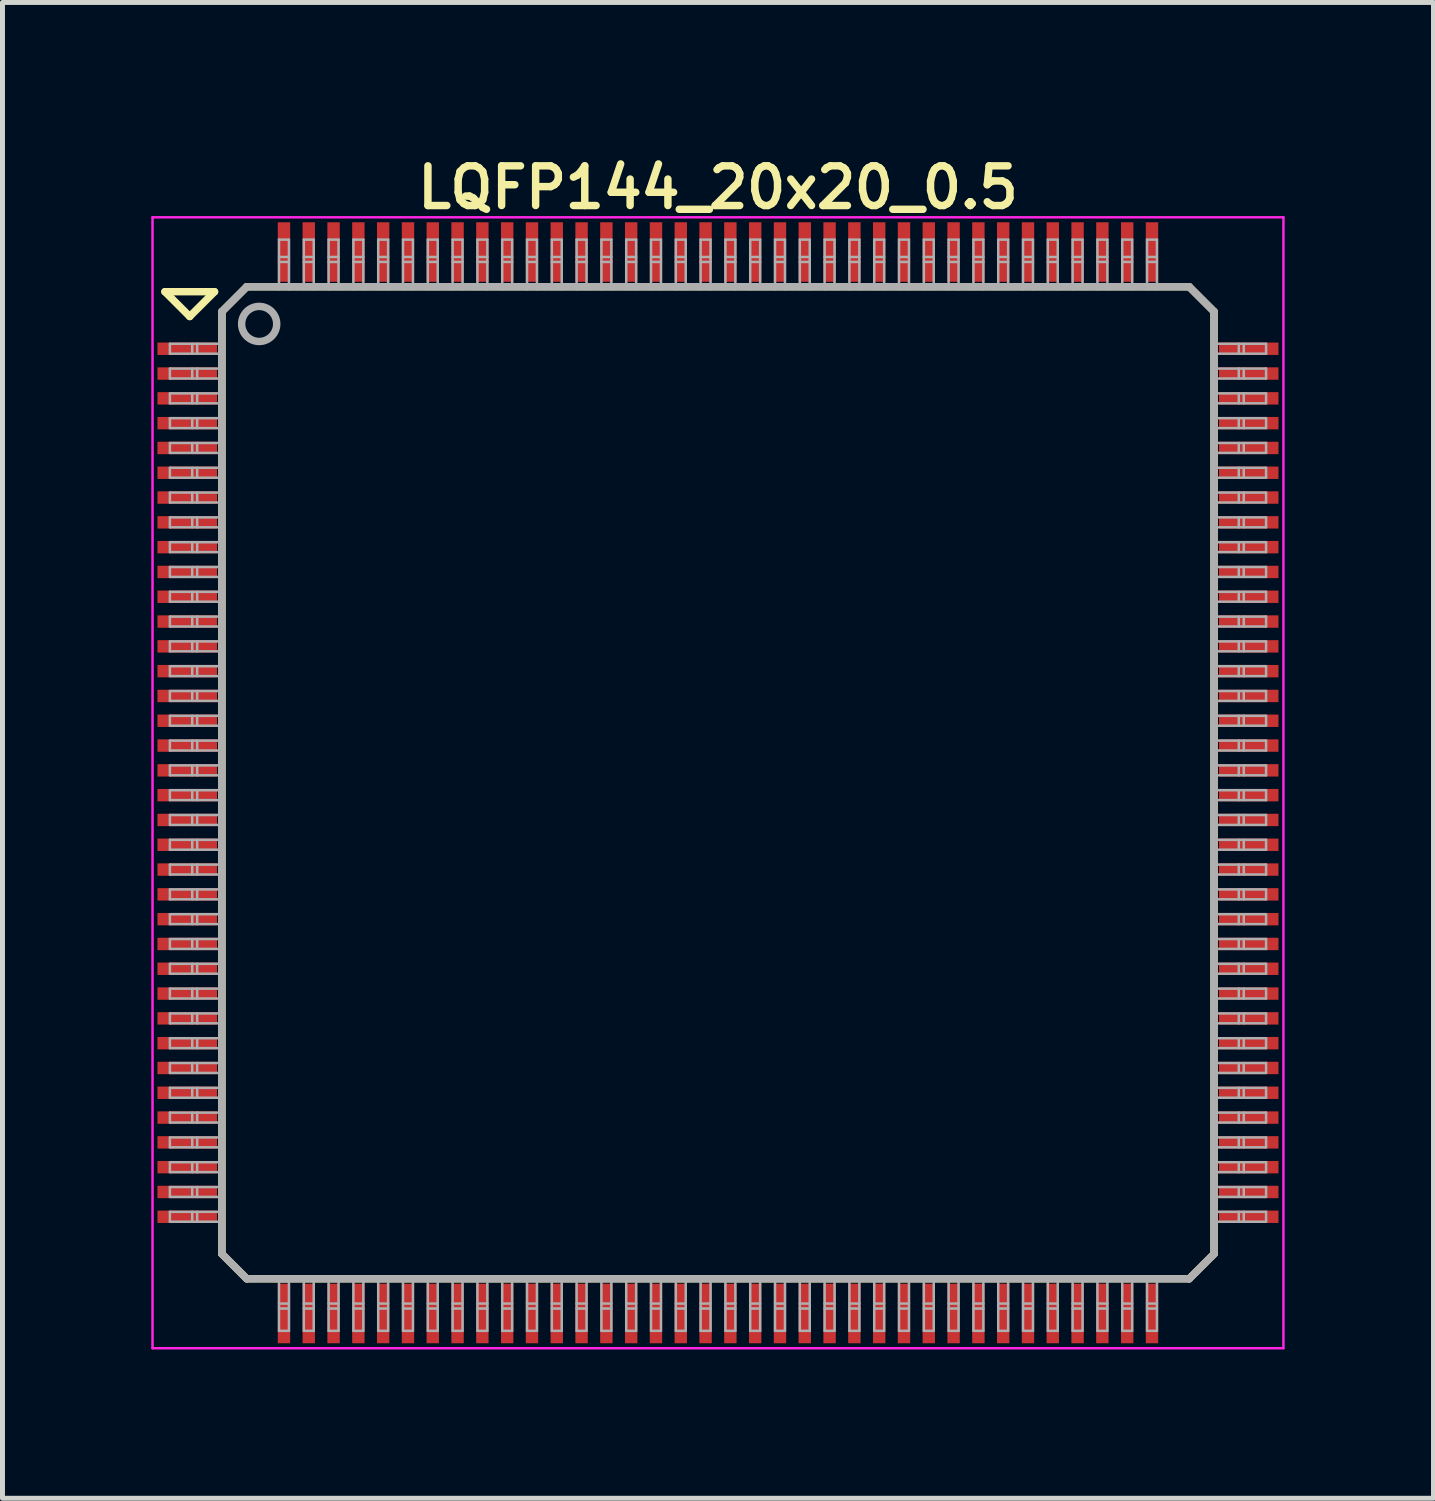
<source format=kicad_pcb>
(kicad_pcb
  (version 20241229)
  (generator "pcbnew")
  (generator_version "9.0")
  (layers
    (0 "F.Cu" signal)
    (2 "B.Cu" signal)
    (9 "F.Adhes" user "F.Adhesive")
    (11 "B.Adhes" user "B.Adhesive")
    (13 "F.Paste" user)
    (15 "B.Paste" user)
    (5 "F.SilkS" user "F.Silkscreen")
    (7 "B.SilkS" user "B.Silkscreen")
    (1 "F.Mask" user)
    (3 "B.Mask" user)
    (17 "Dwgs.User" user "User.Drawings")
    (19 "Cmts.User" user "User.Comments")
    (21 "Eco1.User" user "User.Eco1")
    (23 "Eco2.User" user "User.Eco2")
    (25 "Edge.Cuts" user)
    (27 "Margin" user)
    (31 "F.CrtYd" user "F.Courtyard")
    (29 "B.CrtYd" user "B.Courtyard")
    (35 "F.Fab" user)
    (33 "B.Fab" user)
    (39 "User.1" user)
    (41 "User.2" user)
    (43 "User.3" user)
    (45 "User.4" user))
  (footprint "LQFP144_20x20_0.5"
    (layer "F.Cu")
    (at 11.425 12.731)
    (property "Reference" "LQFP144_20x20_0.5" (at 0 -12 0) (layer "F.SilkS") (effects (font (size 0.8 0.8) (thickness 0.15))))
    (attr smd)
    (fp_line (start -11.15 -9.9) (end -10.15 -9.9) (stroke (width 0.15) (type solid)) (layer "F.SilkS"))
    (fp_line (start -10.65 -9.4) (end -11.15 -9.9) (stroke (width 0.15) (type solid)) (layer "F.SilkS"))
    (fp_line (start -10.15 -9.9) (end -10.65 -9.4) (stroke (width 0.15) (type solid)) (layer "F.SilkS"))
    (fp_line (start -10 -9.5) (end -10 9.5) (stroke (width 0.15) (type solid)) (layer "F.SilkS"))
    (fp_line (start -10 9.5) (end -9.5 10) (stroke (width 0.15) (type solid)) (layer "F.SilkS"))
    (fp_line (start -9.5 -10) (end -10 -9.5) (stroke (width 0.15) (type solid)) (layer "F.SilkS"))
    (fp_line (start -9.5 10) (end 9.5 10) (stroke (width 0.15) (type solid)) (layer "F.SilkS"))
    (fp_line (start 9.5 -10) (end -9.5 -10) (stroke (width 0.15) (type solid)) (layer "F.SilkS"))
    (fp_line (start 9.5 10) (end 10 9.5) (stroke (width 0.15) (type solid)) (layer "F.SilkS"))
    (fp_line (start 10 -9.5) (end 9.5 -10) (stroke (width 0.15) (type solid)) (layer "F.SilkS"))
    (fp_line (start 10 9.5) (end 10 -9.5) (stroke (width 0.15) (type solid)) (layer "F.SilkS"))
    (fp_line (start -11.4 -11.4) (end 11.4 -11.4) (stroke (width 0.05) (type solid)) (layer "F.CrtYd"))
    (fp_line (start -11.4 11.4) (end -11.4 -11.4) (stroke (width 0.05) (type solid)) (layer "F.CrtYd"))
    (fp_line (start 11.4 -11.4) (end 11.4 11.4) (stroke (width 0.05) (type solid)) (layer "F.CrtYd"))
    (fp_line (start 11.4 11.4) (end -11.4 11.4) (stroke (width 0.05) (type solid)) (layer "F.CrtYd"))
    (fp_line (start -11.05 -8.85) (end -10.05 -8.85) (stroke (width 0.05) (type solid)) (layer "F.Fab"))
    (fp_line (start -11.05 -8.65) (end -11.05 -8.85) (stroke (width 0.05) (type solid)) (layer "F.Fab"))
    (fp_line (start -11.05 -8.65) (end -10.05 -8.65) (stroke (width 0.05) (type solid)) (layer "F.Fab"))
    (fp_line (start -11.05 -8.35) (end -10.05 -8.35) (stroke (width 0.05) (type solid)) (layer "F.Fab"))
    (fp_line (start -11.05 -8.15) (end -11.05 -8.35) (stroke (width 0.05) (type solid)) (layer "F.Fab"))
    (fp_line (start -11.05 -8.15) (end -10.05 -8.15) (stroke (width 0.05) (type solid)) (layer "F.Fab"))
    (fp_line (start -11.05 -7.85) (end -10.05 -7.85) (stroke (width 0.05) (type solid)) (layer "F.Fab"))
    (fp_line (start -11.05 -7.65) (end -11.05 -7.85) (stroke (width 0.05) (type solid)) (layer "F.Fab"))
    (fp_line (start -11.05 -7.65) (end -10.05 -7.65) (stroke (width 0.05) (type solid)) (layer "F.Fab"))
    (fp_line (start -11.05 -7.35) (end -10.05 -7.35) (stroke (width 0.05) (type solid)) (layer "F.Fab"))
    (fp_line (start -11.05 -7.15) (end -11.05 -7.35) (stroke (width 0.05) (type solid)) (layer "F.Fab"))
    (fp_line (start -11.05 -7.15) (end -10.05 -7.15) (stroke (width 0.05) (type solid)) (layer "F.Fab"))
    (fp_line (start -11.05 -6.85) (end -10.05 -6.85) (stroke (width 0.05) (type solid)) (layer "F.Fab"))
    (fp_line (start -11.05 -6.65) (end -11.05 -6.85) (stroke (width 0.05) (type solid)) (layer "F.Fab"))
    (fp_line (start -11.05 -6.65) (end -10.05 -6.65) (stroke (width 0.05) (type solid)) (layer "F.Fab"))
    (fp_line (start -11.05 -6.35) (end -10.05 -6.35) (stroke (width 0.05) (type solid)) (layer "F.Fab"))
    (fp_line (start -11.05 -6.15) (end -11.05 -6.35) (stroke (width 0.05) (type solid)) (layer "F.Fab"))
    (fp_line (start -11.05 -6.15) (end -10.05 -6.15) (stroke (width 0.05) (type solid)) (layer "F.Fab"))
    (fp_line (start -11.05 -5.85) (end -10.05 -5.85) (stroke (width 0.05) (type solid)) (layer "F.Fab"))
    (fp_line (start -11.05 -5.65) (end -11.05 -5.85) (stroke (width 0.05) (type solid)) (layer "F.Fab"))
    (fp_line (start -11.05 -5.65) (end -10.05 -5.65) (stroke (width 0.05) (type solid)) (layer "F.Fab"))
    (fp_line (start -11.05 -5.35) (end -10.05 -5.35) (stroke (width 0.05) (type solid)) (layer "F.Fab"))
    (fp_line (start -11.05 -5.15) (end -11.05 -5.35) (stroke (width 0.05) (type solid)) (layer "F.Fab"))
    (fp_line (start -11.05 -5.15) (end -10.05 -5.15) (stroke (width 0.05) (type solid)) (layer "F.Fab"))
    (fp_line (start -11.05 -4.85) (end -10.05 -4.85) (stroke (width 0.05) (type solid)) (layer "F.Fab"))
    (fp_line (start -11.05 -4.65) (end -11.05 -4.85) (stroke (width 0.05) (type solid)) (layer "F.Fab"))
    (fp_line (start -11.05 -4.65) (end -10.05 -4.65) (stroke (width 0.05) (type solid)) (layer "F.Fab"))
    (fp_line (start -11.05 -4.35) (end -10.05 -4.35) (stroke (width 0.05) (type solid)) (layer "F.Fab"))
    (fp_line (start -11.05 -4.15) (end -11.05 -4.35) (stroke (width 0.05) (type solid)) (layer "F.Fab"))
    (fp_line (start -11.05 -4.15) (end -10.05 -4.15) (stroke (width 0.05) (type solid)) (layer "F.Fab"))
    (fp_line (start -11.05 -3.85) (end -10.05 -3.85) (stroke (width 0.05) (type solid)) (layer "F.Fab"))
    (fp_line (start -11.05 -3.65) (end -11.05 -3.85) (stroke (width 0.05) (type solid)) (layer "F.Fab"))
    (fp_line (start -11.05 -3.65) (end -10.05 -3.65) (stroke (width 0.05) (type solid)) (layer "F.Fab"))
    (fp_line (start -11.05 -3.35) (end -10.05 -3.35) (stroke (width 0.05) (type solid)) (layer "F.Fab"))
    (fp_line (start -11.05 -3.15) (end -11.05 -3.35) (stroke (width 0.05) (type solid)) (layer "F.Fab"))
    (fp_line (start -11.05 -3.15) (end -10.05 -3.15) (stroke (width 0.05) (type solid)) (layer "F.Fab"))
    (fp_line (start -11.05 -2.85) (end -10.05 -2.85) (stroke (width 0.05) (type solid)) (layer "F.Fab"))
    (fp_line (start -11.05 -2.65) (end -11.05 -2.85) (stroke (width 0.05) (type solid)) (layer "F.Fab"))
    (fp_line (start -11.05 -2.65) (end -10.05 -2.65) (stroke (width 0.05) (type solid)) (layer "F.Fab"))
    (fp_line (start -11.05 -2.35) (end -10.05 -2.35) (stroke (width 0.05) (type solid)) (layer "F.Fab"))
    (fp_line (start -11.05 -2.15) (end -11.05 -2.35) (stroke (width 0.05) (type solid)) (layer "F.Fab"))
    (fp_line (start -11.05 -2.15) (end -10.05 -2.15) (stroke (width 0.05) (type solid)) (layer "F.Fab"))
    (fp_line (start -11.05 -1.85) (end -10.05 -1.85) (stroke (width 0.05) (type solid)) (layer "F.Fab"))
    (fp_line (start -11.05 -1.65) (end -11.05 -1.85) (stroke (width 0.05) (type solid)) (layer "F.Fab"))
    (fp_line (start -11.05 -1.65) (end -10.05 -1.65) (stroke (width 0.05) (type solid)) (layer "F.Fab"))
    (fp_line (start -11.05 -1.35) (end -10.05 -1.35) (stroke (width 0.05) (type solid)) (layer "F.Fab"))
    (fp_line (start -11.05 -1.15) (end -11.05 -1.35) (stroke (width 0.05) (type solid)) (layer "F.Fab"))
    (fp_line (start -11.05 -1.15) (end -10.05 -1.15) (stroke (width 0.05) (type solid)) (layer "F.Fab"))
    (fp_line (start -11.05 -0.85) (end -10.05 -0.85) (stroke (width 0.05) (type solid)) (layer "F.Fab"))
    (fp_line (start -11.05 -0.65) (end -11.05 -0.85) (stroke (width 0.05) (type solid)) (layer "F.Fab"))
    (fp_line (start -11.05 -0.65) (end -10.05 -0.65) (stroke (width 0.05) (type solid)) (layer "F.Fab"))
    (fp_line (start -11.05 -0.35) (end -10.05 -0.35) (stroke (width 0.05) (type solid)) (layer "F.Fab"))
    (fp_line (start -11.05 -0.15) (end -11.05 -0.35) (stroke (width 0.05) (type solid)) (layer "F.Fab"))
    (fp_line (start -11.05 -0.15) (end -10.05 -0.15) (stroke (width 0.05) (type solid)) (layer "F.Fab"))
    (fp_line (start -11.05 0.15) (end -10.05 0.15) (stroke (width 0.05) (type solid)) (layer "F.Fab"))
    (fp_line (start -11.05 0.35) (end -11.05 0.15) (stroke (width 0.05) (type solid)) (layer "F.Fab"))
    (fp_line (start -11.05 0.35) (end -10.05 0.35) (stroke (width 0.05) (type solid)) (layer "F.Fab"))
    (fp_line (start -11.05 0.65) (end -10.05 0.65) (stroke (width 0.05) (type solid)) (layer "F.Fab"))
    (fp_line (start -11.05 0.85) (end -11.05 0.65) (stroke (width 0.05) (type solid)) (layer "F.Fab"))
    (fp_line (start -11.05 0.85) (end -10.05 0.85) (stroke (width 0.05) (type solid)) (layer "F.Fab"))
    (fp_line (start -11.05 1.15) (end -10.05 1.15) (stroke (width 0.05) (type solid)) (layer "F.Fab"))
    (fp_line (start -11.05 1.35) (end -11.05 1.15) (stroke (width 0.05) (type solid)) (layer "F.Fab"))
    (fp_line (start -11.05 1.35) (end -10.05 1.35) (stroke (width 0.05) (type solid)) (layer "F.Fab"))
    (fp_line (start -11.05 1.65) (end -10.05 1.65) (stroke (width 0.05) (type solid)) (layer "F.Fab"))
    (fp_line (start -11.05 1.85) (end -11.05 1.65) (stroke (width 0.05) (type solid)) (layer "F.Fab"))
    (fp_line (start -11.05 1.85) (end -10.05 1.85) (stroke (width 0.05) (type solid)) (layer "F.Fab"))
    (fp_line (start -11.05 2.15) (end -10.05 2.15) (stroke (width 0.05) (type solid)) (layer "F.Fab"))
    (fp_line (start -11.05 2.35) (end -11.05 2.15) (stroke (width 0.05) (type solid)) (layer "F.Fab"))
    (fp_line (start -11.05 2.35) (end -10.05 2.35) (stroke (width 0.05) (type solid)) (layer "F.Fab"))
    (fp_line (start -11.05 2.65) (end -10.05 2.65) (stroke (width 0.05) (type solid)) (layer "F.Fab"))
    (fp_line (start -11.05 2.85) (end -11.05 2.65) (stroke (width 0.05) (type solid)) (layer "F.Fab"))
    (fp_line (start -11.05 2.85) (end -10.05 2.85) (stroke (width 0.05) (type solid)) (layer "F.Fab"))
    (fp_line (start -11.05 3.15) (end -10.05 3.15) (stroke (width 0.05) (type solid)) (layer "F.Fab"))
    (fp_line (start -11.05 3.35) (end -11.05 3.15) (stroke (width 0.05) (type solid)) (layer "F.Fab"))
    (fp_line (start -11.05 3.35) (end -10.05 3.35) (stroke (width 0.05) (type solid)) (layer "F.Fab"))
    (fp_line (start -11.05 3.65) (end -10.05 3.65) (stroke (width 0.05) (type solid)) (layer "F.Fab"))
    (fp_line (start -11.05 3.85) (end -11.05 3.65) (stroke (width 0.05) (type solid)) (layer "F.Fab"))
    (fp_line (start -11.05 3.85) (end -10.05 3.85) (stroke (width 0.05) (type solid)) (layer "F.Fab"))
    (fp_line (start -11.05 4.15) (end -10.05 4.15) (stroke (width 0.05) (type solid)) (layer "F.Fab"))
    (fp_line (start -11.05 4.35) (end -11.05 4.15) (stroke (width 0.05) (type solid)) (layer "F.Fab"))
    (fp_line (start -11.05 4.35) (end -10.05 4.35) (stroke (width 0.05) (type solid)) (layer "F.Fab"))
    (fp_line (start -11.05 4.65) (end -10.05 4.65) (stroke (width 0.05) (type solid)) (layer "F.Fab"))
    (fp_line (start -11.05 4.85) (end -11.05 4.65) (stroke (width 0.05) (type solid)) (layer "F.Fab"))
    (fp_line (start -11.05 4.85) (end -10.05 4.85) (stroke (width 0.05) (type solid)) (layer "F.Fab"))
    (fp_line (start -11.05 5.15) (end -10.05 5.15) (stroke (width 0.05) (type solid)) (layer "F.Fab"))
    (fp_line (start -11.05 5.35) (end -11.05 5.15) (stroke (width 0.05) (type solid)) (layer "F.Fab"))
    (fp_line (start -11.05 5.35) (end -10.05 5.35) (stroke (width 0.05) (type solid)) (layer "F.Fab"))
    (fp_line (start -11.05 5.65) (end -10.05 5.65) (stroke (width 0.05) (type solid)) (layer "F.Fab"))
    (fp_line (start -11.05 5.85) (end -11.05 5.65) (stroke (width 0.05) (type solid)) (layer "F.Fab"))
    (fp_line (start -11.05 5.85) (end -10.05 5.85) (stroke (width 0.05) (type solid)) (layer "F.Fab"))
    (fp_line (start -11.05 6.15) (end -10.05 6.15) (stroke (width 0.05) (type solid)) (layer "F.Fab"))
    (fp_line (start -11.05 6.35) (end -11.05 6.15) (stroke (width 0.05) (type solid)) (layer "F.Fab"))
    (fp_line (start -11.05 6.35) (end -10.05 6.35) (stroke (width 0.05) (type solid)) (layer "F.Fab"))
    (fp_line (start -11.05 6.65) (end -10.05 6.65) (stroke (width 0.05) (type solid)) (layer "F.Fab"))
    (fp_line (start -11.05 6.85) (end -11.05 6.65) (stroke (width 0.05) (type solid)) (layer "F.Fab"))
    (fp_line (start -11.05 6.85) (end -10.05 6.85) (stroke (width 0.05) (type solid)) (layer "F.Fab"))
    (fp_line (start -11.05 7.15) (end -10.05 7.15) (stroke (width 0.05) (type solid)) (layer "F.Fab"))
    (fp_line (start -11.05 7.35) (end -11.05 7.15) (stroke (width 0.05) (type solid)) (layer "F.Fab"))
    (fp_line (start -11.05 7.35) (end -10.05 7.35) (stroke (width 0.05) (type solid)) (layer "F.Fab"))
    (fp_line (start -11.05 7.65) (end -10.05 7.65) (stroke (width 0.05) (type solid)) (layer "F.Fab"))
    (fp_line (start -11.05 7.85) (end -11.05 7.65) (stroke (width 0.05) (type solid)) (layer "F.Fab"))
    (fp_line (start -11.05 7.85) (end -10.05 7.85) (stroke (width 0.05) (type solid)) (layer "F.Fab"))
    (fp_line (start -11.05 8.15) (end -10.05 8.15) (stroke (width 0.05) (type solid)) (layer "F.Fab"))
    (fp_line (start -11.05 8.35) (end -11.05 8.15) (stroke (width 0.05) (type solid)) (layer "F.Fab"))
    (fp_line (start -11.05 8.35) (end -10.05 8.35) (stroke (width 0.05) (type solid)) (layer "F.Fab"))
    (fp_line (start -11.05 8.65) (end -10.05 8.65) (stroke (width 0.05) (type solid)) (layer "F.Fab"))
    (fp_line (start -11.05 8.85) (end -11.05 8.65) (stroke (width 0.05) (type solid)) (layer "F.Fab"))
    (fp_line (start -11.05 8.85) (end -10.05 8.85) (stroke (width 0.05) (type solid)) (layer "F.Fab"))
    (fp_line (start -10.6 -8.65) (end -10.6 -8.85) (stroke (width 0.05) (type solid)) (layer "F.Fab"))
    (fp_line (start -10.6 -8.15) (end -10.6 -8.35) (stroke (width 0.05) (type solid)) (layer "F.Fab"))
    (fp_line (start -10.6 -7.65) (end -10.6 -7.85) (stroke (width 0.05) (type solid)) (layer "F.Fab"))
    (fp_line (start -10.6 -7.15) (end -10.6 -7.35) (stroke (width 0.05) (type solid)) (layer "F.Fab"))
    (fp_line (start -10.6 -6.65) (end -10.6 -6.85) (stroke (width 0.05) (type solid)) (layer "F.Fab"))
    (fp_line (start -10.6 -6.15) (end -10.6 -6.35) (stroke (width 0.05) (type solid)) (layer "F.Fab"))
    (fp_line (start -10.6 -5.65) (end -10.6 -5.85) (stroke (width 0.05) (type solid)) (layer "F.Fab"))
    (fp_line (start -10.6 -5.15) (end -10.6 -5.35) (stroke (width 0.05) (type solid)) (layer "F.Fab"))
    (fp_line (start -10.6 -4.65) (end -10.6 -4.85) (stroke (width 0.05) (type solid)) (layer "F.Fab"))
    (fp_line (start -10.6 -4.15) (end -10.6 -4.35) (stroke (width 0.05) (type solid)) (layer "F.Fab"))
    (fp_line (start -10.6 -3.65) (end -10.6 -3.85) (stroke (width 0.05) (type solid)) (layer "F.Fab"))
    (fp_line (start -10.6 -3.15) (end -10.6 -3.35) (stroke (width 0.05) (type solid)) (layer "F.Fab"))
    (fp_line (start -10.6 -2.65) (end -10.6 -2.85) (stroke (width 0.05) (type solid)) (layer "F.Fab"))
    (fp_line (start -10.6 -2.15) (end -10.6 -2.35) (stroke (width 0.05) (type solid)) (layer "F.Fab"))
    (fp_line (start -10.6 -1.65) (end -10.6 -1.85) (stroke (width 0.05) (type solid)) (layer "F.Fab"))
    (fp_line (start -10.6 -1.15) (end -10.6 -1.35) (stroke (width 0.05) (type solid)) (layer "F.Fab"))
    (fp_line (start -10.6 -0.65) (end -10.6 -0.85) (stroke (width 0.05) (type solid)) (layer "F.Fab"))
    (fp_line (start -10.6 -0.15) (end -10.6 -0.35) (stroke (width 0.05) (type solid)) (layer "F.Fab"))
    (fp_line (start -10.6 0.35) (end -10.6 0.15) (stroke (width 0.05) (type solid)) (layer "F.Fab"))
    (fp_line (start -10.6 0.85) (end -10.6 0.65) (stroke (width 0.05) (type solid)) (layer "F.Fab"))
    (fp_line (start -10.6 1.35) (end -10.6 1.15) (stroke (width 0.05) (type solid)) (layer "F.Fab"))
    (fp_line (start -10.6 1.85) (end -10.6 1.65) (stroke (width 0.05) (type solid)) (layer "F.Fab"))
    (fp_line (start -10.6 2.35) (end -10.6 2.15) (stroke (width 0.05) (type solid)) (layer "F.Fab"))
    (fp_line (start -10.6 2.85) (end -10.6 2.65) (stroke (width 0.05) (type solid)) (layer "F.Fab"))
    (fp_line (start -10.6 3.35) (end -10.6 3.15) (stroke (width 0.05) (type solid)) (layer "F.Fab"))
    (fp_line (start -10.6 3.85) (end -10.6 3.65) (stroke (width 0.05) (type solid)) (layer "F.Fab"))
    (fp_line (start -10.6 4.35) (end -10.6 4.15) (stroke (width 0.05) (type solid)) (layer "F.Fab"))
    (fp_line (start -10.6 4.85) (end -10.6 4.65) (stroke (width 0.05) (type solid)) (layer "F.Fab"))
    (fp_line (start -10.6 5.35) (end -10.6 5.15) (stroke (width 0.05) (type solid)) (layer "F.Fab"))
    (fp_line (start -10.6 5.85) (end -10.6 5.65) (stroke (width 0.05) (type solid)) (layer "F.Fab"))
    (fp_line (start -10.6 6.35) (end -10.6 6.15) (stroke (width 0.05) (type solid)) (layer "F.Fab"))
    (fp_line (start -10.6 6.85) (end -10.6 6.65) (stroke (width 0.05) (type solid)) (layer "F.Fab"))
    (fp_line (start -10.6 7.35) (end -10.6 7.15) (stroke (width 0.05) (type solid)) (layer "F.Fab"))
    (fp_line (start -10.6 7.85) (end -10.6 7.65) (stroke (width 0.05) (type solid)) (layer "F.Fab"))
    (fp_line (start -10.6 8.35) (end -10.6 8.15) (stroke (width 0.05) (type solid)) (layer "F.Fab"))
    (fp_line (start -10.6 8.85) (end -10.6 8.65) (stroke (width 0.05) (type solid)) (layer "F.Fab"))
    (fp_line (start -10.5 -8.65) (end -10.5 -8.85) (stroke (width 0.05) (type solid)) (layer "F.Fab"))
    (fp_line (start -10.5 -8.15) (end -10.5 -8.35) (stroke (width 0.05) (type solid)) (layer "F.Fab"))
    (fp_line (start -10.5 -7.65) (end -10.5 -7.85) (stroke (width 0.05) (type solid)) (layer "F.Fab"))
    (fp_line (start -10.5 -7.15) (end -10.5 -7.35) (stroke (width 0.05) (type solid)) (layer "F.Fab"))
    (fp_line (start -10.5 -6.65) (end -10.5 -6.85) (stroke (width 0.05) (type solid)) (layer "F.Fab"))
    (fp_line (start -10.5 -6.15) (end -10.5 -6.35) (stroke (width 0.05) (type solid)) (layer "F.Fab"))
    (fp_line (start -10.5 -5.65) (end -10.5 -5.85) (stroke (width 0.05) (type solid)) (layer "F.Fab"))
    (fp_line (start -10.5 -5.15) (end -10.5 -5.35) (stroke (width 0.05) (type solid)) (layer "F.Fab"))
    (fp_line (start -10.5 -4.65) (end -10.5 -4.85) (stroke (width 0.05) (type solid)) (layer "F.Fab"))
    (fp_line (start -10.5 -4.15) (end -10.5 -4.35) (stroke (width 0.05) (type solid)) (layer "F.Fab"))
    (fp_line (start -10.5 -3.65) (end -10.5 -3.85) (stroke (width 0.05) (type solid)) (layer "F.Fab"))
    (fp_line (start -10.5 -3.15) (end -10.5 -3.35) (stroke (width 0.05) (type solid)) (layer "F.Fab"))
    (fp_line (start -10.5 -2.65) (end -10.5 -2.85) (stroke (width 0.05) (type solid)) (layer "F.Fab"))
    (fp_line (start -10.5 -2.15) (end -10.5 -2.35) (stroke (width 0.05) (type solid)) (layer "F.Fab"))
    (fp_line (start -10.5 -1.65) (end -10.5 -1.85) (stroke (width 0.05) (type solid)) (layer "F.Fab"))
    (fp_line (start -10.5 -1.15) (end -10.5 -1.35) (stroke (width 0.05) (type solid)) (layer "F.Fab"))
    (fp_line (start -10.5 -0.65) (end -10.5 -0.85) (stroke (width 0.05) (type solid)) (layer "F.Fab"))
    (fp_line (start -10.5 -0.15) (end -10.5 -0.35) (stroke (width 0.05) (type solid)) (layer "F.Fab"))
    (fp_line (start -10.5 0.35) (end -10.5 0.15) (stroke (width 0.05) (type solid)) (layer "F.Fab"))
    (fp_line (start -10.5 0.85) (end -10.5 0.65) (stroke (width 0.05) (type solid)) (layer "F.Fab"))
    (fp_line (start -10.5 1.35) (end -10.5 1.15) (stroke (width 0.05) (type solid)) (layer "F.Fab"))
    (fp_line (start -10.5 1.85) (end -10.5 1.65) (stroke (width 0.05) (type solid)) (layer "F.Fab"))
    (fp_line (start -10.5 2.35) (end -10.5 2.15) (stroke (width 0.05) (type solid)) (layer "F.Fab"))
    (fp_line (start -10.5 2.85) (end -10.5 2.65) (stroke (width 0.05) (type solid)) (layer "F.Fab"))
    (fp_line (start -10.5 3.35) (end -10.5 3.15) (stroke (width 0.05) (type solid)) (layer "F.Fab"))
    (fp_line (start -10.5 3.85) (end -10.5 3.65) (stroke (width 0.05) (type solid)) (layer "F.Fab"))
    (fp_line (start -10.5 4.35) (end -10.5 4.15) (stroke (width 0.05) (type solid)) (layer "F.Fab"))
    (fp_line (start -10.5 4.85) (end -10.5 4.65) (stroke (width 0.05) (type solid)) (layer "F.Fab"))
    (fp_line (start -10.5 5.35) (end -10.5 5.15) (stroke (width 0.05) (type solid)) (layer "F.Fab"))
    (fp_line (start -10.5 5.85) (end -10.5 5.65) (stroke (width 0.05) (type solid)) (layer "F.Fab"))
    (fp_line (start -10.5 6.35) (end -10.5 6.15) (stroke (width 0.05) (type solid)) (layer "F.Fab"))
    (fp_line (start -10.5 6.85) (end -10.5 6.65) (stroke (width 0.05) (type solid)) (layer "F.Fab"))
    (fp_line (start -10.5 7.35) (end -10.5 7.15) (stroke (width 0.05) (type solid)) (layer "F.Fab"))
    (fp_line (start -10.5 7.85) (end -10.5 7.65) (stroke (width 0.05) (type solid)) (layer "F.Fab"))
    (fp_line (start -10.5 8.35) (end -10.5 8.15) (stroke (width 0.05) (type solid)) (layer "F.Fab"))
    (fp_line (start -10.5 8.85) (end -10.5 8.65) (stroke (width 0.05) (type solid)) (layer "F.Fab"))
    (fp_line (start -10.05 -4.65) (end -10.05 -4.85) (stroke (width 0.05) (type solid)) (layer "F.Fab"))
    (fp_line (start -10.05 -4.15) (end -10.05 -4.35) (stroke (width 0.05) (type solid)) (layer "F.Fab"))
    (fp_line (start -10.05 -3.65) (end -10.05 -3.85) (stroke (width 0.05) (type solid)) (layer "F.Fab"))
    (fp_line (start -10.05 -3.15) (end -10.05 -3.35) (stroke (width 0.05) (type solid)) (layer "F.Fab"))
    (fp_line (start -10.05 -2.65) (end -10.05 -2.85) (stroke (width 0.05) (type solid)) (layer "F.Fab"))
    (fp_line (start -10.05 -2.15) (end -10.05 -2.35) (stroke (width 0.05) (type solid)) (layer "F.Fab"))
    (fp_line (start -10.05 -1.65) (end -10.05 -1.85) (stroke (width 0.05) (type solid)) (layer "F.Fab"))
    (fp_line (start -10.05 -1.15) (end -10.05 -1.35) (stroke (width 0.05) (type solid)) (layer "F.Fab"))
    (fp_line (start -10.05 -0.65) (end -10.05 -0.85) (stroke (width 0.05) (type solid)) (layer "F.Fab"))
    (fp_line (start -10.05 -0.15) (end -10.05 -0.35) (stroke (width 0.05) (type solid)) (layer "F.Fab"))
    (fp_line (start -10.05 0.35) (end -10.05 0.15) (stroke (width 0.05) (type solid)) (layer "F.Fab"))
    (fp_line (start -10.05 0.85) (end -10.05 0.65) (stroke (width 0.05) (type solid)) (layer "F.Fab"))
    (fp_line (start -10.05 1.35) (end -10.05 1.15) (stroke (width 0.05) (type solid)) (layer "F.Fab"))
    (fp_line (start -10.05 1.85) (end -10.05 1.65) (stroke (width 0.05) (type solid)) (layer "F.Fab"))
    (fp_line (start -10.05 2.35) (end -10.05 2.15) (stroke (width 0.05) (type solid)) (layer "F.Fab"))
    (fp_line (start -10.05 2.85) (end -10.05 2.65) (stroke (width 0.05) (type solid)) (layer "F.Fab"))
    (fp_line (start -10 -9.5) (end -10 9.5) (stroke (width 0.15) (type solid)) (layer "F.Fab"))
    (fp_line (start -10 -9.5) (end -9.5 -10) (stroke (width 0.15) (type solid)) (layer "F.Fab"))
    (fp_line (start -10 9.5) (end -9.5 10) (stroke (width 0.15) (type solid)) (layer "F.Fab"))
    (fp_line (start -9.5 -10) (end 9.5 -10) (stroke (width 0.15) (type solid)) (layer "F.Fab"))
    (fp_line (start -9.5 10) (end 9.5 10) (stroke (width 0.15) (type solid)) (layer "F.Fab"))
    (fp_line (start -8.85 -10.95) (end -8.85 -9.95) (stroke (width 0.05) (type solid)) (layer "F.Fab"))
    (fp_line (start -8.85 -10.95) (end -8.65 -10.95) (stroke (width 0.05) (type solid)) (layer "F.Fab"))
    (fp_line (start -8.85 -10.6) (end -8.65 -10.6) (stroke (width 0.05) (type solid)) (layer "F.Fab"))
    (fp_line (start -8.85 -10.5) (end -8.65 -10.5) (stroke (width 0.05) (type solid)) (layer "F.Fab"))
    (fp_line (start -8.85 10.05) (end -8.85 11.05) (stroke (width 0.05) (type solid)) (layer "F.Fab"))
    (fp_line (start -8.85 10.05) (end -8.65 10.05) (stroke (width 0.05) (type solid)) (layer "F.Fab"))
    (fp_line (start -8.85 10.5) (end -8.65 10.5) (stroke (width 0.05) (type solid)) (layer "F.Fab"))
    (fp_line (start -8.85 10.6) (end -8.65 10.6) (stroke (width 0.05) (type solid)) (layer "F.Fab"))
    (fp_line (start -8.85 11.05) (end -8.65 11.05) (stroke (width 0.05) (type solid)) (layer "F.Fab"))
    (fp_line (start -8.65 -10.95) (end -8.65 -9.95) (stroke (width 0.05) (type solid)) (layer "F.Fab"))
    (fp_line (start -8.65 10.05) (end -8.65 11.05) (stroke (width 0.05) (type solid)) (layer "F.Fab"))
    (fp_line (start -8.35 -10.95) (end -8.35 -9.95) (stroke (width 0.05) (type solid)) (layer "F.Fab"))
    (fp_line (start -8.35 -10.95) (end -8.15 -10.95) (stroke (width 0.05) (type solid)) (layer "F.Fab"))
    (fp_line (start -8.35 -10.6) (end -8.15 -10.6) (stroke (width 0.05) (type solid)) (layer "F.Fab"))
    (fp_line (start -8.35 -10.5) (end -8.15 -10.5) (stroke (width 0.05) (type solid)) (layer "F.Fab"))
    (fp_line (start -8.35 10.05) (end -8.35 11.05) (stroke (width 0.05) (type solid)) (layer "F.Fab"))
    (fp_line (start -8.35 10.5) (end -8.15 10.5) (stroke (width 0.05) (type solid)) (layer "F.Fab"))
    (fp_line (start -8.35 10.6) (end -8.15 10.6) (stroke (width 0.05) (type solid)) (layer "F.Fab"))
    (fp_line (start -8.35 11.05) (end -8.15 11.05) (stroke (width 0.05) (type solid)) (layer "F.Fab"))
    (fp_line (start -8.15 -10.95) (end -8.15 -9.95) (stroke (width 0.05) (type solid)) (layer "F.Fab"))
    (fp_line (start -8.15 10.05) (end -8.15 11.05) (stroke (width 0.05) (type solid)) (layer "F.Fab"))
    (fp_line (start -7.85 -10.95) (end -7.85 -9.95) (stroke (width 0.05) (type solid)) (layer "F.Fab"))
    (fp_line (start -7.85 -10.95) (end -7.65 -10.95) (stroke (width 0.05) (type solid)) (layer "F.Fab"))
    (fp_line (start -7.85 -10.6) (end -7.65 -10.6) (stroke (width 0.05) (type solid)) (layer "F.Fab"))
    (fp_line (start -7.85 -10.5) (end -7.65 -10.5) (stroke (width 0.05) (type solid)) (layer "F.Fab"))
    (fp_line (start -7.85 10.05) (end -7.85 11.05) (stroke (width 0.05) (type solid)) (layer "F.Fab"))
    (fp_line (start -7.85 10.5) (end -7.65 10.5) (stroke (width 0.05) (type solid)) (layer "F.Fab"))
    (fp_line (start -7.85 10.6) (end -7.65 10.6) (stroke (width 0.05) (type solid)) (layer "F.Fab"))
    (fp_line (start -7.85 11.05) (end -7.65 11.05) (stroke (width 0.05) (type solid)) (layer "F.Fab"))
    (fp_line (start -7.65 -10.95) (end -7.65 -9.95) (stroke (width 0.05) (type solid)) (layer "F.Fab"))
    (fp_line (start -7.65 10.05) (end -7.65 11.05) (stroke (width 0.05) (type solid)) (layer "F.Fab"))
    (fp_line (start -7.35 -10.95) (end -7.35 -9.95) (stroke (width 0.05) (type solid)) (layer "F.Fab"))
    (fp_line (start -7.35 -10.95) (end -7.15 -10.95) (stroke (width 0.05) (type solid)) (layer "F.Fab"))
    (fp_line (start -7.35 -10.6) (end -7.15 -10.6) (stroke (width 0.05) (type solid)) (layer "F.Fab"))
    (fp_line (start -7.35 -10.5) (end -7.15 -10.5) (stroke (width 0.05) (type solid)) (layer "F.Fab"))
    (fp_line (start -7.35 10.05) (end -7.35 11.05) (stroke (width 0.05) (type solid)) (layer "F.Fab"))
    (fp_line (start -7.35 10.5) (end -7.15 10.5) (stroke (width 0.05) (type solid)) (layer "F.Fab"))
    (fp_line (start -7.35 10.6) (end -7.15 10.6) (stroke (width 0.05) (type solid)) (layer "F.Fab"))
    (fp_line (start -7.35 11.05) (end -7.15 11.05) (stroke (width 0.05) (type solid)) (layer "F.Fab"))
    (fp_line (start -7.15 -10.95) (end -7.15 -9.95) (stroke (width 0.05) (type solid)) (layer "F.Fab"))
    (fp_line (start -7.15 10.05) (end -7.15 11.05) (stroke (width 0.05) (type solid)) (layer "F.Fab"))
    (fp_line (start -6.85 -10.95) (end -6.85 -9.95) (stroke (width 0.05) (type solid)) (layer "F.Fab"))
    (fp_line (start -6.85 -10.95) (end -6.65 -10.95) (stroke (width 0.05) (type solid)) (layer "F.Fab"))
    (fp_line (start -6.85 -10.6) (end -6.65 -10.6) (stroke (width 0.05) (type solid)) (layer "F.Fab"))
    (fp_line (start -6.85 -10.5) (end -6.65 -10.5) (stroke (width 0.05) (type solid)) (layer "F.Fab"))
    (fp_line (start -6.85 10.05) (end -6.85 11.05) (stroke (width 0.05) (type solid)) (layer "F.Fab"))
    (fp_line (start -6.85 10.5) (end -6.65 10.5) (stroke (width 0.05) (type solid)) (layer "F.Fab"))
    (fp_line (start -6.85 10.6) (end -6.65 10.6) (stroke (width 0.05) (type solid)) (layer "F.Fab"))
    (fp_line (start -6.85 11.05) (end -6.65 11.05) (stroke (width 0.05) (type solid)) (layer "F.Fab"))
    (fp_line (start -6.65 -10.95) (end -6.65 -9.95) (stroke (width 0.05) (type solid)) (layer "F.Fab"))
    (fp_line (start -6.65 10.05) (end -6.65 11.05) (stroke (width 0.05) (type solid)) (layer "F.Fab"))
    (fp_line (start -6.35 -10.95) (end -6.35 -9.95) (stroke (width 0.05) (type solid)) (layer "F.Fab"))
    (fp_line (start -6.35 -10.95) (end -6.15 -10.95) (stroke (width 0.05) (type solid)) (layer "F.Fab"))
    (fp_line (start -6.35 -10.6) (end -6.15 -10.6) (stroke (width 0.05) (type solid)) (layer "F.Fab"))
    (fp_line (start -6.35 -10.5) (end -6.15 -10.5) (stroke (width 0.05) (type solid)) (layer "F.Fab"))
    (fp_line (start -6.35 10.05) (end -6.35 11.05) (stroke (width 0.05) (type solid)) (layer "F.Fab"))
    (fp_line (start -6.35 10.5) (end -6.15 10.5) (stroke (width 0.05) (type solid)) (layer "F.Fab"))
    (fp_line (start -6.35 10.6) (end -6.15 10.6) (stroke (width 0.05) (type solid)) (layer "F.Fab"))
    (fp_line (start -6.35 11.05) (end -6.15 11.05) (stroke (width 0.05) (type solid)) (layer "F.Fab"))
    (fp_line (start -6.15 -10.95) (end -6.15 -9.95) (stroke (width 0.05) (type solid)) (layer "F.Fab"))
    (fp_line (start -6.15 10.05) (end -6.15 11.05) (stroke (width 0.05) (type solid)) (layer "F.Fab"))
    (fp_line (start -5.85 -10.95) (end -5.85 -9.95) (stroke (width 0.05) (type solid)) (layer "F.Fab"))
    (fp_line (start -5.85 -10.95) (end -5.65 -10.95) (stroke (width 0.05) (type solid)) (layer "F.Fab"))
    (fp_line (start -5.85 -10.6) (end -5.65 -10.6) (stroke (width 0.05) (type solid)) (layer "F.Fab"))
    (fp_line (start -5.85 -10.5) (end -5.65 -10.5) (stroke (width 0.05) (type solid)) (layer "F.Fab"))
    (fp_line (start -5.85 10.05) (end -5.85 11.05) (stroke (width 0.05) (type solid)) (layer "F.Fab"))
    (fp_line (start -5.85 10.5) (end -5.65 10.5) (stroke (width 0.05) (type solid)) (layer "F.Fab"))
    (fp_line (start -5.85 10.6) (end -5.65 10.6) (stroke (width 0.05) (type solid)) (layer "F.Fab"))
    (fp_line (start -5.85 11.05) (end -5.65 11.05) (stroke (width 0.05) (type solid)) (layer "F.Fab"))
    (fp_line (start -5.65 -10.95) (end -5.65 -9.95) (stroke (width 0.05) (type solid)) (layer "F.Fab"))
    (fp_line (start -5.65 10.05) (end -5.65 11.05) (stroke (width 0.05) (type solid)) (layer "F.Fab"))
    (fp_line (start -5.35 -10.95) (end -5.35 -9.95) (stroke (width 0.05) (type solid)) (layer "F.Fab"))
    (fp_line (start -5.35 -10.95) (end -5.15 -10.95) (stroke (width 0.05) (type solid)) (layer "F.Fab"))
    (fp_line (start -5.35 -10.6) (end -5.15 -10.6) (stroke (width 0.05) (type solid)) (layer "F.Fab"))
    (fp_line (start -5.35 -10.5) (end -5.15 -10.5) (stroke (width 0.05) (type solid)) (layer "F.Fab"))
    (fp_line (start -5.35 10.05) (end -5.35 11.05) (stroke (width 0.05) (type solid)) (layer "F.Fab"))
    (fp_line (start -5.35 10.5) (end -5.15 10.5) (stroke (width 0.05) (type solid)) (layer "F.Fab"))
    (fp_line (start -5.35 10.6) (end -5.15 10.6) (stroke (width 0.05) (type solid)) (layer "F.Fab"))
    (fp_line (start -5.35 11.05) (end -5.15 11.05) (stroke (width 0.05) (type solid)) (layer "F.Fab"))
    (fp_line (start -5.15 -10.95) (end -5.15 -9.95) (stroke (width 0.05) (type solid)) (layer "F.Fab"))
    (fp_line (start -5.15 10.05) (end -5.15 11.05) (stroke (width 0.05) (type solid)) (layer "F.Fab"))
    (fp_line (start -4.85 -10.95) (end -4.85 -9.95) (stroke (width 0.05) (type solid)) (layer "F.Fab"))
    (fp_line (start -4.85 -10.95) (end -4.65 -10.95) (stroke (width 0.05) (type solid)) (layer "F.Fab"))
    (fp_line (start -4.85 -10.6) (end -4.65 -10.6) (stroke (width 0.05) (type solid)) (layer "F.Fab"))
    (fp_line (start -4.85 -10.5) (end -4.65 -10.5) (stroke (width 0.05) (type solid)) (layer "F.Fab"))
    (fp_line (start -4.85 10.05) (end -4.85 11.05) (stroke (width 0.05) (type solid)) (layer "F.Fab"))
    (fp_line (start -4.85 10.5) (end -4.65 10.5) (stroke (width 0.05) (type solid)) (layer "F.Fab"))
    (fp_line (start -4.85 10.6) (end -4.65 10.6) (stroke (width 0.05) (type solid)) (layer "F.Fab"))
    (fp_line (start -4.85 11.05) (end -4.65 11.05) (stroke (width 0.05) (type solid)) (layer "F.Fab"))
    (fp_line (start -4.65 -10.95) (end -4.65 -9.95) (stroke (width 0.05) (type solid)) (layer "F.Fab"))
    (fp_line (start -4.65 10.05) (end -4.65 11.05) (stroke (width 0.05) (type solid)) (layer "F.Fab"))
    (fp_line (start -4.35 -10.95) (end -4.35 -9.95) (stroke (width 0.05) (type solid)) (layer "F.Fab"))
    (fp_line (start -4.35 -10.95) (end -4.15 -10.95) (stroke (width 0.05) (type solid)) (layer "F.Fab"))
    (fp_line (start -4.35 -10.6) (end -4.15 -10.6) (stroke (width 0.05) (type solid)) (layer "F.Fab"))
    (fp_line (start -4.35 -10.5) (end -4.15 -10.5) (stroke (width 0.05) (type solid)) (layer "F.Fab"))
    (fp_line (start -4.35 10.05) (end -4.35 11.05) (stroke (width 0.05) (type solid)) (layer "F.Fab"))
    (fp_line (start -4.35 10.5) (end -4.15 10.5) (stroke (width 0.05) (type solid)) (layer "F.Fab"))
    (fp_line (start -4.35 10.6) (end -4.15 10.6) (stroke (width 0.05) (type solid)) (layer "F.Fab"))
    (fp_line (start -4.35 11.05) (end -4.15 11.05) (stroke (width 0.05) (type solid)) (layer "F.Fab"))
    (fp_line (start -4.15 -10.95) (end -4.15 -9.95) (stroke (width 0.05) (type solid)) (layer "F.Fab"))
    (fp_line (start -4.15 10.05) (end -4.15 11.05) (stroke (width 0.05) (type solid)) (layer "F.Fab"))
    (fp_line (start -3.85 -10.95) (end -3.85 -9.95) (stroke (width 0.05) (type solid)) (layer "F.Fab"))
    (fp_line (start -3.85 -10.95) (end -3.65 -10.95) (stroke (width 0.05) (type solid)) (layer "F.Fab"))
    (fp_line (start -3.85 -10.6) (end -3.65 -10.6) (stroke (width 0.05) (type solid)) (layer "F.Fab"))
    (fp_line (start -3.85 -10.5) (end -3.65 -10.5) (stroke (width 0.05) (type solid)) (layer "F.Fab"))
    (fp_line (start -3.85 10.05) (end -3.85 11.05) (stroke (width 0.05) (type solid)) (layer "F.Fab"))
    (fp_line (start -3.85 10.5) (end -3.65 10.5) (stroke (width 0.05) (type solid)) (layer "F.Fab"))
    (fp_line (start -3.85 10.6) (end -3.65 10.6) (stroke (width 0.05) (type solid)) (layer "F.Fab"))
    (fp_line (start -3.85 11.05) (end -3.65 11.05) (stroke (width 0.05) (type solid)) (layer "F.Fab"))
    (fp_line (start -3.65 -10.95) (end -3.65 -9.95) (stroke (width 0.05) (type solid)) (layer "F.Fab"))
    (fp_line (start -3.65 10.05) (end -3.65 11.05) (stroke (width 0.05) (type solid)) (layer "F.Fab"))
    (fp_line (start -3.35 -10.95) (end -3.35 -9.95) (stroke (width 0.05) (type solid)) (layer "F.Fab"))
    (fp_line (start -3.35 -10.95) (end -3.15 -10.95) (stroke (width 0.05) (type solid)) (layer "F.Fab"))
    (fp_line (start -3.35 -10.6) (end -3.15 -10.6) (stroke (width 0.05) (type solid)) (layer "F.Fab"))
    (fp_line (start -3.35 -10.5) (end -3.15 -10.5) (stroke (width 0.05) (type solid)) (layer "F.Fab"))
    (fp_line (start -3.35 10.05) (end -3.35 11.05) (stroke (width 0.05) (type solid)) (layer "F.Fab"))
    (fp_line (start -3.35 10.5) (end -3.15 10.5) (stroke (width 0.05) (type solid)) (layer "F.Fab"))
    (fp_line (start -3.35 10.6) (end -3.15 10.6) (stroke (width 0.05) (type solid)) (layer "F.Fab"))
    (fp_line (start -3.35 11.05) (end -3.15 11.05) (stroke (width 0.05) (type solid)) (layer "F.Fab"))
    (fp_line (start -3.15 -10.95) (end -3.15 -9.95) (stroke (width 0.05) (type solid)) (layer "F.Fab"))
    (fp_line (start -3.15 10.05) (end -3.15 11.05) (stroke (width 0.05) (type solid)) (layer "F.Fab"))
    (fp_line (start -2.85 -10.95) (end -2.85 -9.95) (stroke (width 0.05) (type solid)) (layer "F.Fab"))
    (fp_line (start -2.85 -10.95) (end -2.65 -10.95) (stroke (width 0.05) (type solid)) (layer "F.Fab"))
    (fp_line (start -2.85 -10.6) (end -2.65 -10.6) (stroke (width 0.05) (type solid)) (layer "F.Fab"))
    (fp_line (start -2.85 -10.5) (end -2.65 -10.5) (stroke (width 0.05) (type solid)) (layer "F.Fab"))
    (fp_line (start -2.85 10.05) (end -2.85 11.05) (stroke (width 0.05) (type solid)) (layer "F.Fab"))
    (fp_line (start -2.85 10.5) (end -2.65 10.5) (stroke (width 0.05) (type solid)) (layer "F.Fab"))
    (fp_line (start -2.85 10.6) (end -2.65 10.6) (stroke (width 0.05) (type solid)) (layer "F.Fab"))
    (fp_line (start -2.85 11.05) (end -2.65 11.05) (stroke (width 0.05) (type solid)) (layer "F.Fab"))
    (fp_line (start -2.65 -10.95) (end -2.65 -9.95) (stroke (width 0.05) (type solid)) (layer "F.Fab"))
    (fp_line (start -2.65 10.05) (end -2.65 11.05) (stroke (width 0.05) (type solid)) (layer "F.Fab"))
    (fp_line (start -2.35 -10.95) (end -2.35 -9.95) (stroke (width 0.05) (type solid)) (layer "F.Fab"))
    (fp_line (start -2.35 -10.95) (end -2.15 -10.95) (stroke (width 0.05) (type solid)) (layer "F.Fab"))
    (fp_line (start -2.35 -10.6) (end -2.15 -10.6) (stroke (width 0.05) (type solid)) (layer "F.Fab"))
    (fp_line (start -2.35 -10.5) (end -2.15 -10.5) (stroke (width 0.05) (type solid)) (layer "F.Fab"))
    (fp_line (start -2.35 10.05) (end -2.35 11.05) (stroke (width 0.05) (type solid)) (layer "F.Fab"))
    (fp_line (start -2.35 10.5) (end -2.15 10.5) (stroke (width 0.05) (type solid)) (layer "F.Fab"))
    (fp_line (start -2.35 10.6) (end -2.15 10.6) (stroke (width 0.05) (type solid)) (layer "F.Fab"))
    (fp_line (start -2.35 11.05) (end -2.15 11.05) (stroke (width 0.05) (type solid)) (layer "F.Fab"))
    (fp_line (start -2.15 -10.95) (end -2.15 -9.95) (stroke (width 0.05) (type solid)) (layer "F.Fab"))
    (fp_line (start -2.15 10.05) (end -2.15 11.05) (stroke (width 0.05) (type solid)) (layer "F.Fab"))
    (fp_line (start -1.85 -10.95) (end -1.85 -9.95) (stroke (width 0.05) (type solid)) (layer "F.Fab"))
    (fp_line (start -1.85 -10.95) (end -1.65 -10.95) (stroke (width 0.05) (type solid)) (layer "F.Fab"))
    (fp_line (start -1.85 -10.6) (end -1.65 -10.6) (stroke (width 0.05) (type solid)) (layer "F.Fab"))
    (fp_line (start -1.85 -10.5) (end -1.65 -10.5) (stroke (width 0.05) (type solid)) (layer "F.Fab"))
    (fp_line (start -1.85 10.05) (end -1.85 11.05) (stroke (width 0.05) (type solid)) (layer "F.Fab"))
    (fp_line (start -1.85 10.5) (end -1.65 10.5) (stroke (width 0.05) (type solid)) (layer "F.Fab"))
    (fp_line (start -1.85 10.6) (end -1.65 10.6) (stroke (width 0.05) (type solid)) (layer "F.Fab"))
    (fp_line (start -1.85 11.05) (end -1.65 11.05) (stroke (width 0.05) (type solid)) (layer "F.Fab"))
    (fp_line (start -1.65 -10.95) (end -1.65 -9.95) (stroke (width 0.05) (type solid)) (layer "F.Fab"))
    (fp_line (start -1.65 10.05) (end -1.65 11.05) (stroke (width 0.05) (type solid)) (layer "F.Fab"))
    (fp_line (start -1.35 -10.95) (end -1.35 -9.95) (stroke (width 0.05) (type solid)) (layer "F.Fab"))
    (fp_line (start -1.35 -10.95) (end -1.15 -10.95) (stroke (width 0.05) (type solid)) (layer "F.Fab"))
    (fp_line (start -1.35 -10.6) (end -1.15 -10.6) (stroke (width 0.05) (type solid)) (layer "F.Fab"))
    (fp_line (start -1.35 -10.5) (end -1.15 -10.5) (stroke (width 0.05) (type solid)) (layer "F.Fab"))
    (fp_line (start -1.35 10.05) (end -1.35 11.05) (stroke (width 0.05) (type solid)) (layer "F.Fab"))
    (fp_line (start -1.35 10.5) (end -1.15 10.5) (stroke (width 0.05) (type solid)) (layer "F.Fab"))
    (fp_line (start -1.35 10.6) (end -1.15 10.6) (stroke (width 0.05) (type solid)) (layer "F.Fab"))
    (fp_line (start -1.35 11.05) (end -1.15 11.05) (stroke (width 0.05) (type solid)) (layer "F.Fab"))
    (fp_line (start -1.15 -10.95) (end -1.15 -9.95) (stroke (width 0.05) (type solid)) (layer "F.Fab"))
    (fp_line (start -1.15 10.05) (end -1.15 11.05) (stroke (width 0.05) (type solid)) (layer "F.Fab"))
    (fp_line (start -0.85 -10.95) (end -0.85 -9.95) (stroke (width 0.05) (type solid)) (layer "F.Fab"))
    (fp_line (start -0.85 -10.95) (end -0.65 -10.95) (stroke (width 0.05) (type solid)) (layer "F.Fab"))
    (fp_line (start -0.85 -10.6) (end -0.65 -10.6) (stroke (width 0.05) (type solid)) (layer "F.Fab"))
    (fp_line (start -0.85 -10.5) (end -0.65 -10.5) (stroke (width 0.05) (type solid)) (layer "F.Fab"))
    (fp_line (start -0.85 10.05) (end -0.85 11.05) (stroke (width 0.05) (type solid)) (layer "F.Fab"))
    (fp_line (start -0.85 10.5) (end -0.65 10.5) (stroke (width 0.05) (type solid)) (layer "F.Fab"))
    (fp_line (start -0.85 10.6) (end -0.65 10.6) (stroke (width 0.05) (type solid)) (layer "F.Fab"))
    (fp_line (start -0.85 11.05) (end -0.65 11.05) (stroke (width 0.05) (type solid)) (layer "F.Fab"))
    (fp_line (start -0.65 -10.95) (end -0.65 -9.95) (stroke (width 0.05) (type solid)) (layer "F.Fab"))
    (fp_line (start -0.65 10.05) (end -0.65 11.05) (stroke (width 0.05) (type solid)) (layer "F.Fab"))
    (fp_line (start -0.35 -10.95) (end -0.35 -9.95) (stroke (width 0.05) (type solid)) (layer "F.Fab"))
    (fp_line (start -0.35 -10.95) (end -0.15 -10.95) (stroke (width 0.05) (type solid)) (layer "F.Fab"))
    (fp_line (start -0.35 -10.6) (end -0.15 -10.6) (stroke (width 0.05) (type solid)) (layer "F.Fab"))
    (fp_line (start -0.35 -10.5) (end -0.15 -10.5) (stroke (width 0.05) (type solid)) (layer "F.Fab"))
    (fp_line (start -0.35 10.05) (end -0.35 11.05) (stroke (width 0.05) (type solid)) (layer "F.Fab"))
    (fp_line (start -0.35 10.5) (end -0.15 10.5) (stroke (width 0.05) (type solid)) (layer "F.Fab"))
    (fp_line (start -0.35 10.6) (end -0.15 10.6) (stroke (width 0.05) (type solid)) (layer "F.Fab"))
    (fp_line (start -0.35 11.05) (end -0.15 11.05) (stroke (width 0.05) (type solid)) (layer "F.Fab"))
    (fp_line (start -0.15 -10.95) (end -0.15 -9.95) (stroke (width 0.05) (type solid)) (layer "F.Fab"))
    (fp_line (start -0.15 10.05) (end -0.15 11.05) (stroke (width 0.05) (type solid)) (layer "F.Fab"))
    (fp_line (start 0.15 -10.95) (end 0.15 -9.95) (stroke (width 0.05) (type solid)) (layer "F.Fab"))
    (fp_line (start 0.15 -10.95) (end 0.35 -10.95) (stroke (width 0.05) (type solid)) (layer "F.Fab"))
    (fp_line (start 0.15 -10.6) (end 0.35 -10.6) (stroke (width 0.05) (type solid)) (layer "F.Fab"))
    (fp_line (start 0.15 -10.5) (end 0.35 -10.5) (stroke (width 0.05) (type solid)) (layer "F.Fab"))
    (fp_line (start 0.15 10.05) (end 0.15 11.05) (stroke (width 0.05) (type solid)) (layer "F.Fab"))
    (fp_line (start 0.15 10.5) (end 0.35 10.5) (stroke (width 0.05) (type solid)) (layer "F.Fab"))
    (fp_line (start 0.15 10.6) (end 0.35 10.6) (stroke (width 0.05) (type solid)) (layer "F.Fab"))
    (fp_line (start 0.15 11.05) (end 0.35 11.05) (stroke (width 0.05) (type solid)) (layer "F.Fab"))
    (fp_line (start 0.35 -10.95) (end 0.35 -9.95) (stroke (width 0.05) (type solid)) (layer "F.Fab"))
    (fp_line (start 0.35 10.05) (end 0.35 11.05) (stroke (width 0.05) (type solid)) (layer "F.Fab"))
    (fp_line (start 0.65 -10.95) (end 0.65 -9.95) (stroke (width 0.05) (type solid)) (layer "F.Fab"))
    (fp_line (start 0.65 -10.95) (end 0.85 -10.95) (stroke (width 0.05) (type solid)) (layer "F.Fab"))
    (fp_line (start 0.65 -10.6) (end 0.85 -10.6) (stroke (width 0.05) (type solid)) (layer "F.Fab"))
    (fp_line (start 0.65 -10.5) (end 0.85 -10.5) (stroke (width 0.05) (type solid)) (layer "F.Fab"))
    (fp_line (start 0.65 10.05) (end 0.65 11.05) (stroke (width 0.05) (type solid)) (layer "F.Fab"))
    (fp_line (start 0.65 10.5) (end 0.85 10.5) (stroke (width 0.05) (type solid)) (layer "F.Fab"))
    (fp_line (start 0.65 10.6) (end 0.85 10.6) (stroke (width 0.05) (type solid)) (layer "F.Fab"))
    (fp_line (start 0.65 11.05) (end 0.85 11.05) (stroke (width 0.05) (type solid)) (layer "F.Fab"))
    (fp_line (start 0.85 -10.95) (end 0.85 -9.95) (stroke (width 0.05) (type solid)) (layer "F.Fab"))
    (fp_line (start 0.85 10.05) (end 0.85 11.05) (stroke (width 0.05) (type solid)) (layer "F.Fab"))
    (fp_line (start 1.15 -10.95) (end 1.15 -9.95) (stroke (width 0.05) (type solid)) (layer "F.Fab"))
    (fp_line (start 1.15 -10.95) (end 1.35 -10.95) (stroke (width 0.05) (type solid)) (layer "F.Fab"))
    (fp_line (start 1.15 -10.6) (end 1.35 -10.6) (stroke (width 0.05) (type solid)) (layer "F.Fab"))
    (fp_line (start 1.15 -10.5) (end 1.35 -10.5) (stroke (width 0.05) (type solid)) (layer "F.Fab"))
    (fp_line (start 1.15 10.05) (end 1.15 11.05) (stroke (width 0.05) (type solid)) (layer "F.Fab"))
    (fp_line (start 1.15 10.5) (end 1.35 10.5) (stroke (width 0.05) (type solid)) (layer "F.Fab"))
    (fp_line (start 1.15 10.6) (end 1.35 10.6) (stroke (width 0.05) (type solid)) (layer "F.Fab"))
    (fp_line (start 1.15 11.05) (end 1.35 11.05) (stroke (width 0.05) (type solid)) (layer "F.Fab"))
    (fp_line (start 1.35 -10.95) (end 1.35 -9.95) (stroke (width 0.05) (type solid)) (layer "F.Fab"))
    (fp_line (start 1.35 10.05) (end 1.35 11.05) (stroke (width 0.05) (type solid)) (layer "F.Fab"))
    (fp_line (start 1.65 -10.95) (end 1.65 -9.95) (stroke (width 0.05) (type solid)) (layer "F.Fab"))
    (fp_line (start 1.65 -10.95) (end 1.85 -10.95) (stroke (width 0.05) (type solid)) (layer "F.Fab"))
    (fp_line (start 1.65 -10.6) (end 1.85 -10.6) (stroke (width 0.05) (type solid)) (layer "F.Fab"))
    (fp_line (start 1.65 -10.5) (end 1.85 -10.5) (stroke (width 0.05) (type solid)) (layer "F.Fab"))
    (fp_line (start 1.65 10.05) (end 1.65 11.05) (stroke (width 0.05) (type solid)) (layer "F.Fab"))
    (fp_line (start 1.65 10.5) (end 1.85 10.5) (stroke (width 0.05) (type solid)) (layer "F.Fab"))
    (fp_line (start 1.65 10.6) (end 1.85 10.6) (stroke (width 0.05) (type solid)) (layer "F.Fab"))
    (fp_line (start 1.65 11.05) (end 1.85 11.05) (stroke (width 0.05) (type solid)) (layer "F.Fab"))
    (fp_line (start 1.85 -10.95) (end 1.85 -9.95) (stroke (width 0.05) (type solid)) (layer "F.Fab"))
    (fp_line (start 1.85 10.05) (end 1.85 11.05) (stroke (width 0.05) (type solid)) (layer "F.Fab"))
    (fp_line (start 2.15 -10.95) (end 2.15 -9.95) (stroke (width 0.05) (type solid)) (layer "F.Fab"))
    (fp_line (start 2.15 -10.95) (end 2.35 -10.95) (stroke (width 0.05) (type solid)) (layer "F.Fab"))
    (fp_line (start 2.15 -10.6) (end 2.35 -10.6) (stroke (width 0.05) (type solid)) (layer "F.Fab"))
    (fp_line (start 2.15 -10.5) (end 2.35 -10.5) (stroke (width 0.05) (type solid)) (layer "F.Fab"))
    (fp_line (start 2.15 10.05) (end 2.15 11.05) (stroke (width 0.05) (type solid)) (layer "F.Fab"))
    (fp_line (start 2.15 10.5) (end 2.35 10.5) (stroke (width 0.05) (type solid)) (layer "F.Fab"))
    (fp_line (start 2.15 10.6) (end 2.35 10.6) (stroke (width 0.05) (type solid)) (layer "F.Fab"))
    (fp_line (start 2.15 11.05) (end 2.35 11.05) (stroke (width 0.05) (type solid)) (layer "F.Fab"))
    (fp_line (start 2.35 -10.95) (end 2.35 -9.95) (stroke (width 0.05) (type solid)) (layer "F.Fab"))
    (fp_line (start 2.35 10.05) (end 2.35 11.05) (stroke (width 0.05) (type solid)) (layer "F.Fab"))
    (fp_line (start 2.65 -10.95) (end 2.65 -9.95) (stroke (width 0.05) (type solid)) (layer "F.Fab"))
    (fp_line (start 2.65 -10.95) (end 2.85 -10.95) (stroke (width 0.05) (type solid)) (layer "F.Fab"))
    (fp_line (start 2.65 -10.6) (end 2.85 -10.6) (stroke (width 0.05) (type solid)) (layer "F.Fab"))
    (fp_line (start 2.65 -10.5) (end 2.85 -10.5) (stroke (width 0.05) (type solid)) (layer "F.Fab"))
    (fp_line (start 2.65 10.05) (end 2.65 11.05) (stroke (width 0.05) (type solid)) (layer "F.Fab"))
    (fp_line (start 2.65 10.5) (end 2.85 10.5) (stroke (width 0.05) (type solid)) (layer "F.Fab"))
    (fp_line (start 2.65 10.6) (end 2.85 10.6) (stroke (width 0.05) (type solid)) (layer "F.Fab"))
    (fp_line (start 2.65 11.05) (end 2.85 11.05) (stroke (width 0.05) (type solid)) (layer "F.Fab"))
    (fp_line (start 2.85 -10.95) (end 2.85 -9.95) (stroke (width 0.05) (type solid)) (layer "F.Fab"))
    (fp_line (start 2.85 10.05) (end 2.85 11.05) (stroke (width 0.05) (type solid)) (layer "F.Fab"))
    (fp_line (start 3.15 -10.95) (end 3.15 -9.95) (stroke (width 0.05) (type solid)) (layer "F.Fab"))
    (fp_line (start 3.15 -10.95) (end 3.35 -10.95) (stroke (width 0.05) (type solid)) (layer "F.Fab"))
    (fp_line (start 3.15 -10.6) (end 3.35 -10.6) (stroke (width 0.05) (type solid)) (layer "F.Fab"))
    (fp_line (start 3.15 -10.5) (end 3.35 -10.5) (stroke (width 0.05) (type solid)) (layer "F.Fab"))
    (fp_line (start 3.15 10.05) (end 3.15 11.05) (stroke (width 0.05) (type solid)) (layer "F.Fab"))
    (fp_line (start 3.15 10.5) (end 3.35 10.5) (stroke (width 0.05) (type solid)) (layer "F.Fab"))
    (fp_line (start 3.15 10.6) (end 3.35 10.6) (stroke (width 0.05) (type solid)) (layer "F.Fab"))
    (fp_line (start 3.15 11.05) (end 3.35 11.05) (stroke (width 0.05) (type solid)) (layer "F.Fab"))
    (fp_line (start 3.35 -10.95) (end 3.35 -9.95) (stroke (width 0.05) (type solid)) (layer "F.Fab"))
    (fp_line (start 3.35 10.05) (end 3.35 11.05) (stroke (width 0.05) (type solid)) (layer "F.Fab"))
    (fp_line (start 3.65 -10.95) (end 3.65 -9.95) (stroke (width 0.05) (type solid)) (layer "F.Fab"))
    (fp_line (start 3.65 -10.95) (end 3.85 -10.95) (stroke (width 0.05) (type solid)) (layer "F.Fab"))
    (fp_line (start 3.65 -10.6) (end 3.85 -10.6) (stroke (width 0.05) (type solid)) (layer "F.Fab"))
    (fp_line (start 3.65 -10.5) (end 3.85 -10.5) (stroke (width 0.05) (type solid)) (layer "F.Fab"))
    (fp_line (start 3.65 10.05) (end 3.65 11.05) (stroke (width 0.05) (type solid)) (layer "F.Fab"))
    (fp_line (start 3.65 10.5) (end 3.85 10.5) (stroke (width 0.05) (type solid)) (layer "F.Fab"))
    (fp_line (start 3.65 10.6) (end 3.85 10.6) (stroke (width 0.05) (type solid)) (layer "F.Fab"))
    (fp_line (start 3.65 11.05) (end 3.85 11.05) (stroke (width 0.05) (type solid)) (layer "F.Fab"))
    (fp_line (start 3.85 -10.95) (end 3.85 -9.95) (stroke (width 0.05) (type solid)) (layer "F.Fab"))
    (fp_line (start 3.85 10.05) (end 3.85 11.05) (stroke (width 0.05) (type solid)) (layer "F.Fab"))
    (fp_line (start 4.15 -10.95) (end 4.15 -9.95) (stroke (width 0.05) (type solid)) (layer "F.Fab"))
    (fp_line (start 4.15 -10.95) (end 4.35 -10.95) (stroke (width 0.05) (type solid)) (layer "F.Fab"))
    (fp_line (start 4.15 -10.6) (end 4.35 -10.6) (stroke (width 0.05) (type solid)) (layer "F.Fab"))
    (fp_line (start 4.15 -10.5) (end 4.35 -10.5) (stroke (width 0.05) (type solid)) (layer "F.Fab"))
    (fp_line (start 4.15 10.05) (end 4.15 11.05) (stroke (width 0.05) (type solid)) (layer "F.Fab"))
    (fp_line (start 4.15 10.5) (end 4.35 10.5) (stroke (width 0.05) (type solid)) (layer "F.Fab"))
    (fp_line (start 4.15 10.6) (end 4.35 10.6) (stroke (width 0.05) (type solid)) (layer "F.Fab"))
    (fp_line (start 4.15 11.05) (end 4.35 11.05) (stroke (width 0.05) (type solid)) (layer "F.Fab"))
    (fp_line (start 4.35 -10.95) (end 4.35 -9.95) (stroke (width 0.05) (type solid)) (layer "F.Fab"))
    (fp_line (start 4.35 10.05) (end 4.35 11.05) (stroke (width 0.05) (type solid)) (layer "F.Fab"))
    (fp_line (start 4.65 -10.95) (end 4.65 -9.95) (stroke (width 0.05) (type solid)) (layer "F.Fab"))
    (fp_line (start 4.65 -10.95) (end 4.85 -10.95) (stroke (width 0.05) (type solid)) (layer "F.Fab"))
    (fp_line (start 4.65 -10.6) (end 4.85 -10.6) (stroke (width 0.05) (type solid)) (layer "F.Fab"))
    (fp_line (start 4.65 -10.5) (end 4.85 -10.5) (stroke (width 0.05) (type solid)) (layer "F.Fab"))
    (fp_line (start 4.65 10.05) (end 4.65 11.05) (stroke (width 0.05) (type solid)) (layer "F.Fab"))
    (fp_line (start 4.65 10.5) (end 4.85 10.5) (stroke (width 0.05) (type solid)) (layer "F.Fab"))
    (fp_line (start 4.65 10.6) (end 4.85 10.6) (stroke (width 0.05) (type solid)) (layer "F.Fab"))
    (fp_line (start 4.65 11.05) (end 4.85 11.05) (stroke (width 0.05) (type solid)) (layer "F.Fab"))
    (fp_line (start 4.85 -10.95) (end 4.85 -9.95) (stroke (width 0.05) (type solid)) (layer "F.Fab"))
    (fp_line (start 4.85 10.05) (end 4.85 11.05) (stroke (width 0.05) (type solid)) (layer "F.Fab"))
    (fp_line (start 5.15 -10.95) (end 5.15 -9.95) (stroke (width 0.05) (type solid)) (layer "F.Fab"))
    (fp_line (start 5.15 -10.95) (end 5.35 -10.95) (stroke (width 0.05) (type solid)) (layer "F.Fab"))
    (fp_line (start 5.15 -10.6) (end 5.35 -10.6) (stroke (width 0.05) (type solid)) (layer "F.Fab"))
    (fp_line (start 5.15 -10.5) (end 5.35 -10.5) (stroke (width 0.05) (type solid)) (layer "F.Fab"))
    (fp_line (start 5.15 10.05) (end 5.15 11.05) (stroke (width 0.05) (type solid)) (layer "F.Fab"))
    (fp_line (start 5.15 10.5) (end 5.35 10.5) (stroke (width 0.05) (type solid)) (layer "F.Fab"))
    (fp_line (start 5.15 10.6) (end 5.35 10.6) (stroke (width 0.05) (type solid)) (layer "F.Fab"))
    (fp_line (start 5.15 11.05) (end 5.35 11.05) (stroke (width 0.05) (type solid)) (layer "F.Fab"))
    (fp_line (start 5.35 -10.95) (end 5.35 -9.95) (stroke (width 0.05) (type solid)) (layer "F.Fab"))
    (fp_line (start 5.35 10.05) (end 5.35 11.05) (stroke (width 0.05) (type solid)) (layer "F.Fab"))
    (fp_line (start 5.65 -10.95) (end 5.65 -9.95) (stroke (width 0.05) (type solid)) (layer "F.Fab"))
    (fp_line (start 5.65 -10.95) (end 5.85 -10.95) (stroke (width 0.05) (type solid)) (layer "F.Fab"))
    (fp_line (start 5.65 -10.6) (end 5.85 -10.6) (stroke (width 0.05) (type solid)) (layer "F.Fab"))
    (fp_line (start 5.65 -10.5) (end 5.85 -10.5) (stroke (width 0.05) (type solid)) (layer "F.Fab"))
    (fp_line (start 5.65 10.05) (end 5.65 11.05) (stroke (width 0.05) (type solid)) (layer "F.Fab"))
    (fp_line (start 5.65 10.5) (end 5.85 10.5) (stroke (width 0.05) (type solid)) (layer "F.Fab"))
    (fp_line (start 5.65 10.6) (end 5.85 10.6) (stroke (width 0.05) (type solid)) (layer "F.Fab"))
    (fp_line (start 5.65 11.05) (end 5.85 11.05) (stroke (width 0.05) (type solid)) (layer "F.Fab"))
    (fp_line (start 5.85 -10.95) (end 5.85 -9.95) (stroke (width 0.05) (type solid)) (layer "F.Fab"))
    (fp_line (start 5.85 10.05) (end 5.85 11.05) (stroke (width 0.05) (type solid)) (layer "F.Fab"))
    (fp_line (start 6.15 -10.95) (end 6.15 -9.95) (stroke (width 0.05) (type solid)) (layer "F.Fab"))
    (fp_line (start 6.15 -10.95) (end 6.35 -10.95) (stroke (width 0.05) (type solid)) (layer "F.Fab"))
    (fp_line (start 6.15 -10.6) (end 6.35 -10.6) (stroke (width 0.05) (type solid)) (layer "F.Fab"))
    (fp_line (start 6.15 -10.5) (end 6.35 -10.5) (stroke (width 0.05) (type solid)) (layer "F.Fab"))
    (fp_line (start 6.15 10.05) (end 6.15 11.05) (stroke (width 0.05) (type solid)) (layer "F.Fab"))
    (fp_line (start 6.15 10.5) (end 6.35 10.5) (stroke (width 0.05) (type solid)) (layer "F.Fab"))
    (fp_line (start 6.15 10.6) (end 6.35 10.6) (stroke (width 0.05) (type solid)) (layer "F.Fab"))
    (fp_line (start 6.15 11.05) (end 6.35 11.05) (stroke (width 0.05) (type solid)) (layer "F.Fab"))
    (fp_line (start 6.35 -10.95) (end 6.35 -9.95) (stroke (width 0.05) (type solid)) (layer "F.Fab"))
    (fp_line (start 6.35 10.05) (end 6.35 11.05) (stroke (width 0.05) (type solid)) (layer "F.Fab"))
    (fp_line (start 6.65 -10.95) (end 6.65 -9.95) (stroke (width 0.05) (type solid)) (layer "F.Fab"))
    (fp_line (start 6.65 -10.95) (end 6.85 -10.95) (stroke (width 0.05) (type solid)) (layer "F.Fab"))
    (fp_line (start 6.65 -10.6) (end 6.85 -10.6) (stroke (width 0.05) (type solid)) (layer "F.Fab"))
    (fp_line (start 6.65 -10.5) (end 6.85 -10.5) (stroke (width 0.05) (type solid)) (layer "F.Fab"))
    (fp_line (start 6.65 10.05) (end 6.65 11.05) (stroke (width 0.05) (type solid)) (layer "F.Fab"))
    (fp_line (start 6.65 10.5) (end 6.85 10.5) (stroke (width 0.05) (type solid)) (layer "F.Fab"))
    (fp_line (start 6.65 10.6) (end 6.85 10.6) (stroke (width 0.05) (type solid)) (layer "F.Fab"))
    (fp_line (start 6.65 11.05) (end 6.85 11.05) (stroke (width 0.05) (type solid)) (layer "F.Fab"))
    (fp_line (start 6.85 -10.95) (end 6.85 -9.95) (stroke (width 0.05) (type solid)) (layer "F.Fab"))
    (fp_line (start 6.85 10.05) (end 6.85 11.05) (stroke (width 0.05) (type solid)) (layer "F.Fab"))
    (fp_line (start 7.15 -10.95) (end 7.15 -9.95) (stroke (width 0.05) (type solid)) (layer "F.Fab"))
    (fp_line (start 7.15 -10.95) (end 7.35 -10.95) (stroke (width 0.05) (type solid)) (layer "F.Fab"))
    (fp_line (start 7.15 -10.6) (end 7.35 -10.6) (stroke (width 0.05) (type solid)) (layer "F.Fab"))
    (fp_line (start 7.15 -10.5) (end 7.35 -10.5) (stroke (width 0.05) (type solid)) (layer "F.Fab"))
    (fp_line (start 7.15 10.05) (end 7.15 11.05) (stroke (width 0.05) (type solid)) (layer "F.Fab"))
    (fp_line (start 7.15 10.5) (end 7.35 10.5) (stroke (width 0.05) (type solid)) (layer "F.Fab"))
    (fp_line (start 7.15 10.6) (end 7.35 10.6) (stroke (width 0.05) (type solid)) (layer "F.Fab"))
    (fp_line (start 7.15 11.05) (end 7.35 11.05) (stroke (width 0.05) (type solid)) (layer "F.Fab"))
    (fp_line (start 7.35 -10.95) (end 7.35 -9.95) (stroke (width 0.05) (type solid)) (layer "F.Fab"))
    (fp_line (start 7.35 10.05) (end 7.35 11.05) (stroke (width 0.05) (type solid)) (layer "F.Fab"))
    (fp_line (start 7.65 -10.95) (end 7.65 -9.95) (stroke (width 0.05) (type solid)) (layer "F.Fab"))
    (fp_line (start 7.65 -10.95) (end 7.85 -10.95) (stroke (width 0.05) (type solid)) (layer "F.Fab"))
    (fp_line (start 7.65 -10.6) (end 7.85 -10.6) (stroke (width 0.05) (type solid)) (layer "F.Fab"))
    (fp_line (start 7.65 -10.5) (end 7.85 -10.5) (stroke (width 0.05) (type solid)) (layer "F.Fab"))
    (fp_line (start 7.65 10.05) (end 7.65 11.05) (stroke (width 0.05) (type solid)) (layer "F.Fab"))
    (fp_line (start 7.65 10.5) (end 7.85 10.5) (stroke (width 0.05) (type solid)) (layer "F.Fab"))
    (fp_line (start 7.65 10.6) (end 7.85 10.6) (stroke (width 0.05) (type solid)) (layer "F.Fab"))
    (fp_line (start 7.65 11.05) (end 7.85 11.05) (stroke (width 0.05) (type solid)) (layer "F.Fab"))
    (fp_line (start 7.85 -10.95) (end 7.85 -9.95) (stroke (width 0.05) (type solid)) (layer "F.Fab"))
    (fp_line (start 7.85 10.05) (end 7.85 11.05) (stroke (width 0.05) (type solid)) (layer "F.Fab"))
    (fp_line (start 8.15 -10.95) (end 8.15 -9.95) (stroke (width 0.05) (type solid)) (layer "F.Fab"))
    (fp_line (start 8.15 -10.95) (end 8.35 -10.95) (stroke (width 0.05) (type solid)) (layer "F.Fab"))
    (fp_line (start 8.15 -10.6) (end 8.35 -10.6) (stroke (width 0.05) (type solid)) (layer "F.Fab"))
    (fp_line (start 8.15 -10.5) (end 8.35 -10.5) (stroke (width 0.05) (type solid)) (layer "F.Fab"))
    (fp_line (start 8.15 10.05) (end 8.15 11.05) (stroke (width 0.05) (type solid)) (layer "F.Fab"))
    (fp_line (start 8.15 10.5) (end 8.35 10.5) (stroke (width 0.05) (type solid)) (layer "F.Fab"))
    (fp_line (start 8.15 10.6) (end 8.35 10.6) (stroke (width 0.05) (type solid)) (layer "F.Fab"))
    (fp_line (start 8.15 11.05) (end 8.35 11.05) (stroke (width 0.05) (type solid)) (layer "F.Fab"))
    (fp_line (start 8.35 -10.95) (end 8.35 -9.95) (stroke (width 0.05) (type solid)) (layer "F.Fab"))
    (fp_line (start 8.35 10.05) (end 8.35 11.05) (stroke (width 0.05) (type solid)) (layer "F.Fab"))
    (fp_line (start 8.65 -10.95) (end 8.65 -9.95) (stroke (width 0.05) (type solid)) (layer "F.Fab"))
    (fp_line (start 8.65 -10.95) (end 8.85 -10.95) (stroke (width 0.05) (type solid)) (layer "F.Fab"))
    (fp_line (start 8.65 -10.6) (end 8.85 -10.6) (stroke (width 0.05) (type solid)) (layer "F.Fab"))
    (fp_line (start 8.65 -10.5) (end 8.85 -10.5) (stroke (width 0.05) (type solid)) (layer "F.Fab"))
    (fp_line (start 8.65 10.05) (end 8.65 11.05) (stroke (width 0.05) (type solid)) (layer "F.Fab"))
    (fp_line (start 8.65 10.5) (end 8.85 10.5) (stroke (width 0.05) (type solid)) (layer "F.Fab"))
    (fp_line (start 8.65 10.6) (end 8.85 10.6) (stroke (width 0.05) (type solid)) (layer "F.Fab"))
    (fp_line (start 8.65 11.05) (end 8.85 11.05) (stroke (width 0.05) (type solid)) (layer "F.Fab"))
    (fp_line (start 8.85 -10.95) (end 8.85 -9.95) (stroke (width 0.05) (type solid)) (layer "F.Fab"))
    (fp_line (start 8.85 10.05) (end 8.85 11.05) (stroke (width 0.05) (type solid)) (layer "F.Fab"))
    (fp_line (start 9.5 -10) (end 10 -9.5) (stroke (width 0.15) (type solid)) (layer "F.Fab"))
    (fp_line (start 9.5 10) (end 10 9.5) (stroke (width 0.15) (type solid)) (layer "F.Fab"))
    (fp_line (start 10 9.5) (end 10 -9.5) (stroke (width 0.15) (type solid)) (layer "F.Fab"))
    (fp_line (start 10.05 -8.85) (end 11.05 -8.85) (stroke (width 0.05) (type solid)) (layer "F.Fab"))
    (fp_line (start 10.05 -8.65) (end 11.05 -8.65) (stroke (width 0.05) (type solid)) (layer "F.Fab"))
    (fp_line (start 10.05 -8.35) (end 11.05 -8.35) (stroke (width 0.05) (type solid)) (layer "F.Fab"))
    (fp_line (start 10.05 -8.15) (end 11.05 -8.15) (stroke (width 0.05) (type solid)) (layer "F.Fab"))
    (fp_line (start 10.05 -7.85) (end 11.05 -7.85) (stroke (width 0.05) (type solid)) (layer "F.Fab"))
    (fp_line (start 10.05 -7.65) (end 11.05 -7.65) (stroke (width 0.05) (type solid)) (layer "F.Fab"))
    (fp_line (start 10.05 -7.35) (end 11.05 -7.35) (stroke (width 0.05) (type solid)) (layer "F.Fab"))
    (fp_line (start 10.05 -7.15) (end 11.05 -7.15) (stroke (width 0.05) (type solid)) (layer "F.Fab"))
    (fp_line (start 10.05 -6.85) (end 11.05 -6.85) (stroke (width 0.05) (type solid)) (layer "F.Fab"))
    (fp_line (start 10.05 -6.65) (end 11.05 -6.65) (stroke (width 0.05) (type solid)) (layer "F.Fab"))
    (fp_line (start 10.05 -6.35) (end 11.05 -6.35) (stroke (width 0.05) (type solid)) (layer "F.Fab"))
    (fp_line (start 10.05 -6.15) (end 11.05 -6.15) (stroke (width 0.05) (type solid)) (layer "F.Fab"))
    (fp_line (start 10.05 -5.85) (end 11.05 -5.85) (stroke (width 0.05) (type solid)) (layer "F.Fab"))
    (fp_line (start 10.05 -5.65) (end 11.05 -5.65) (stroke (width 0.05) (type solid)) (layer "F.Fab"))
    (fp_line (start 10.05 -5.35) (end 11.05 -5.35) (stroke (width 0.05) (type solid)) (layer "F.Fab"))
    (fp_line (start 10.05 -5.15) (end 11.05 -5.15) (stroke (width 0.05) (type solid)) (layer "F.Fab"))
    (fp_line (start 10.05 -4.85) (end 11.05 -4.85) (stroke (width 0.05) (type solid)) (layer "F.Fab"))
    (fp_line (start 10.05 -4.65) (end 11.05 -4.65) (stroke (width 0.05) (type solid)) (layer "F.Fab"))
    (fp_line (start 10.05 -4.35) (end 11.05 -4.35) (stroke (width 0.05) (type solid)) (layer "F.Fab"))
    (fp_line (start 10.05 -4.15) (end 11.05 -4.15) (stroke (width 0.05) (type solid)) (layer "F.Fab"))
    (fp_line (start 10.05 -3.85) (end 11.05 -3.85) (stroke (width 0.05) (type solid)) (layer "F.Fab"))
    (fp_line (start 10.05 -3.65) (end 11.05 -3.65) (stroke (width 0.05) (type solid)) (layer "F.Fab"))
    (fp_line (start 10.05 -3.35) (end 11.05 -3.35) (stroke (width 0.05) (type solid)) (layer "F.Fab"))
    (fp_line (start 10.05 -3.15) (end 11.05 -3.15) (stroke (width 0.05) (type solid)) (layer "F.Fab"))
    (fp_line (start 10.05 -2.85) (end 11.05 -2.85) (stroke (width 0.05) (type solid)) (layer "F.Fab"))
    (fp_line (start 10.05 -2.65) (end 11.05 -2.65) (stroke (width 0.05) (type solid)) (layer "F.Fab"))
    (fp_line (start 10.05 -2.35) (end 11.05 -2.35) (stroke (width 0.05) (type solid)) (layer "F.Fab"))
    (fp_line (start 10.05 -2.15) (end 11.05 -2.15) (stroke (width 0.05) (type solid)) (layer "F.Fab"))
    (fp_line (start 10.05 -1.85) (end 11.05 -1.85) (stroke (width 0.05) (type solid)) (layer "F.Fab"))
    (fp_line (start 10.05 -1.65) (end 11.05 -1.65) (stroke (width 0.05) (type solid)) (layer "F.Fab"))
    (fp_line (start 10.05 -1.35) (end 11.05 -1.35) (stroke (width 0.05) (type solid)) (layer "F.Fab"))
    (fp_line (start 10.05 -1.15) (end 11.05 -1.15) (stroke (width 0.05) (type solid)) (layer "F.Fab"))
    (fp_line (start 10.05 -0.85) (end 11.05 -0.85) (stroke (width 0.05) (type solid)) (layer "F.Fab"))
    (fp_line (start 10.05 -0.65) (end 11.05 -0.65) (stroke (width 0.05) (type solid)) (layer "F.Fab"))
    (fp_line (start 10.05 -0.35) (end 11.05 -0.35) (stroke (width 0.05) (type solid)) (layer "F.Fab"))
    (fp_line (start 10.05 -0.15) (end 11.05 -0.15) (stroke (width 0.05) (type solid)) (layer "F.Fab"))
    (fp_line (start 10.05 0.15) (end 11.05 0.15) (stroke (width 0.05) (type solid)) (layer "F.Fab"))
    (fp_line (start 10.05 0.35) (end 11.05 0.35) (stroke (width 0.05) (type solid)) (layer "F.Fab"))
    (fp_line (start 10.05 0.65) (end 11.05 0.65) (stroke (width 0.05) (type solid)) (layer "F.Fab"))
    (fp_line (start 10.05 0.85) (end 11.05 0.85) (stroke (width 0.05) (type solid)) (layer "F.Fab"))
    (fp_line (start 10.05 1.15) (end 11.05 1.15) (stroke (width 0.05) (type solid)) (layer "F.Fab"))
    (fp_line (start 10.05 1.35) (end 11.05 1.35) (stroke (width 0.05) (type solid)) (layer "F.Fab"))
    (fp_line (start 10.05 1.65) (end 11.05 1.65) (stroke (width 0.05) (type solid)) (layer "F.Fab"))
    (fp_line (start 10.05 1.85) (end 11.05 1.85) (stroke (width 0.05) (type solid)) (layer "F.Fab"))
    (fp_line (start 10.05 2.15) (end 11.05 2.15) (stroke (width 0.05) (type solid)) (layer "F.Fab"))
    (fp_line (start 10.05 2.35) (end 11.05 2.35) (stroke (width 0.05) (type solid)) (layer "F.Fab"))
    (fp_line (start 10.05 2.65) (end 11.05 2.65) (stroke (width 0.05) (type solid)) (layer "F.Fab"))
    (fp_line (start 10.05 2.85) (end 11.05 2.85) (stroke (width 0.05) (type solid)) (layer "F.Fab"))
    (fp_line (start 10.05 3.15) (end 11.05 3.15) (stroke (width 0.05) (type solid)) (layer "F.Fab"))
    (fp_line (start 10.05 3.35) (end 11.05 3.35) (stroke (width 0.05) (type solid)) (layer "F.Fab"))
    (fp_line (start 10.05 3.65) (end 11.05 3.65) (stroke (width 0.05) (type solid)) (layer "F.Fab"))
    (fp_line (start 10.05 3.85) (end 11.05 3.85) (stroke (width 0.05) (type solid)) (layer "F.Fab"))
    (fp_line (start 10.05 4.15) (end 11.05 4.15) (stroke (width 0.05) (type solid)) (layer "F.Fab"))
    (fp_line (start 10.05 4.35) (end 11.05 4.35) (stroke (width 0.05) (type solid)) (layer "F.Fab"))
    (fp_line (start 10.05 4.65) (end 11.05 4.65) (stroke (width 0.05) (type solid)) (layer "F.Fab"))
    (fp_line (start 10.05 4.85) (end 11.05 4.85) (stroke (width 0.05) (type solid)) (layer "F.Fab"))
    (fp_line (start 10.05 5.15) (end 11.05 5.15) (stroke (width 0.05) (type solid)) (layer "F.Fab"))
    (fp_line (start 10.05 5.35) (end 11.05 5.35) (stroke (width 0.05) (type solid)) (layer "F.Fab"))
    (fp_line (start 10.05 5.65) (end 11.05 5.65) (stroke (width 0.05) (type solid)) (layer "F.Fab"))
    (fp_line (start 10.05 5.85) (end 11.05 5.85) (stroke (width 0.05) (type solid)) (layer "F.Fab"))
    (fp_line (start 10.05 6.15) (end 11.05 6.15) (stroke (width 0.05) (type solid)) (layer "F.Fab"))
    (fp_line (start 10.05 6.35) (end 11.05 6.35) (stroke (width 0.05) (type solid)) (layer "F.Fab"))
    (fp_line (start 10.05 6.65) (end 11.05 6.65) (stroke (width 0.05) (type solid)) (layer "F.Fab"))
    (fp_line (start 10.05 6.85) (end 11.05 6.85) (stroke (width 0.05) (type solid)) (layer "F.Fab"))
    (fp_line (start 10.05 7.15) (end 11.05 7.15) (stroke (width 0.05) (type solid)) (layer "F.Fab"))
    (fp_line (start 10.05 7.35) (end 11.05 7.35) (stroke (width 0.05) (type solid)) (layer "F.Fab"))
    (fp_line (start 10.05 7.65) (end 11.05 7.65) (stroke (width 0.05) (type solid)) (layer "F.Fab"))
    (fp_line (start 10.05 7.85) (end 11.05 7.85) (stroke (width 0.05) (type solid)) (layer "F.Fab"))
    (fp_line (start 10.05 8.15) (end 11.05 8.15) (stroke (width 0.05) (type solid)) (layer "F.Fab"))
    (fp_line (start 10.05 8.35) (end 11.05 8.35) (stroke (width 0.05) (type solid)) (layer "F.Fab"))
    (fp_line (start 10.05 8.65) (end 11.05 8.65) (stroke (width 0.05) (type solid)) (layer "F.Fab"))
    (fp_line (start 10.05 8.85) (end 10.05 8.65) (stroke (width 0.05) (type solid)) (layer "F.Fab"))
    (fp_line (start 10.05 8.85) (end 11.05 8.85) (stroke (width 0.05) (type solid)) (layer "F.Fab"))
    (fp_line (start 10.5 -8.65) (end 10.5 -8.85) (stroke (width 0.05) (type solid)) (layer "F.Fab"))
    (fp_line (start 10.5 -8.15) (end 10.5 -8.35) (stroke (width 0.05) (type solid)) (layer "F.Fab"))
    (fp_line (start 10.5 -7.65) (end 10.5 -7.85) (stroke (width 0.05) (type solid)) (layer "F.Fab"))
    (fp_line (start 10.5 -7.15) (end 10.5 -7.35) (stroke (width 0.05) (type solid)) (layer "F.Fab"))
    (fp_line (start 10.5 -6.65) (end 10.5 -6.85) (stroke (width 0.05) (type solid)) (layer "F.Fab"))
    (fp_line (start 10.5 -6.15) (end 10.5 -6.35) (stroke (width 0.05) (type solid)) (layer "F.Fab"))
    (fp_line (start 10.5 -5.65) (end 10.5 -5.85) (stroke (width 0.05) (type solid)) (layer "F.Fab"))
    (fp_line (start 10.5 -5.15) (end 10.5 -5.35) (stroke (width 0.05) (type solid)) (layer "F.Fab"))
    (fp_line (start 10.5 -4.65) (end 10.5 -4.85) (stroke (width 0.05) (type solid)) (layer "F.Fab"))
    (fp_line (start 10.5 -4.15) (end 10.5 -4.35) (stroke (width 0.05) (type solid)) (layer "F.Fab"))
    (fp_line (start 10.5 -3.65) (end 10.5 -3.85) (stroke (width 0.05) (type solid)) (layer "F.Fab"))
    (fp_line (start 10.5 -3.15) (end 10.5 -3.35) (stroke (width 0.05) (type solid)) (layer "F.Fab"))
    (fp_line (start 10.5 -2.65) (end 10.5 -2.85) (stroke (width 0.05) (type solid)) (layer "F.Fab"))
    (fp_line (start 10.5 -2.15) (end 10.5 -2.35) (stroke (width 0.05) (type solid)) (layer "F.Fab"))
    (fp_line (start 10.5 -1.65) (end 10.5 -1.85) (stroke (width 0.05) (type solid)) (layer "F.Fab"))
    (fp_line (start 10.5 -1.15) (end 10.5 -1.35) (stroke (width 0.05) (type solid)) (layer "F.Fab"))
    (fp_line (start 10.5 -0.65) (end 10.5 -0.85) (stroke (width 0.05) (type solid)) (layer "F.Fab"))
    (fp_line (start 10.5 -0.15) (end 10.5 -0.35) (stroke (width 0.05) (type solid)) (layer "F.Fab"))
    (fp_line (start 10.5 0.35) (end 10.5 0.15) (stroke (width 0.05) (type solid)) (layer "F.Fab"))
    (fp_line (start 10.5 0.85) (end 10.5 0.65) (stroke (width 0.05) (type solid)) (layer "F.Fab"))
    (fp_line (start 10.5 1.35) (end 10.5 1.15) (stroke (width 0.05) (type solid)) (layer "F.Fab"))
    (fp_line (start 10.5 1.85) (end 10.5 1.65) (stroke (width 0.05) (type solid)) (layer "F.Fab"))
    (fp_line (start 10.5 2.35) (end 10.5 2.15) (stroke (width 0.05) (type solid)) (layer "F.Fab"))
    (fp_line (start 10.5 2.85) (end 10.5 2.65) (stroke (width 0.05) (type solid)) (layer "F.Fab"))
    (fp_line (start 10.5 3.35) (end 10.5 3.15) (stroke (width 0.05) (type solid)) (layer "F.Fab"))
    (fp_line (start 10.5 3.85) (end 10.5 3.65) (stroke (width 0.05) (type solid)) (layer "F.Fab"))
    (fp_line (start 10.5 4.35) (end 10.5 4.15) (stroke (width 0.05) (type solid)) (layer "F.Fab"))
    (fp_line (start 10.5 4.85) (end 10.5 4.65) (stroke (width 0.05) (type solid)) (layer "F.Fab"))
    (fp_line (start 10.5 5.35) (end 10.5 5.15) (stroke (width 0.05) (type solid)) (layer "F.Fab"))
    (fp_line (start 10.5 5.85) (end 10.5 5.65) (stroke (width 0.05) (type solid)) (layer "F.Fab"))
    (fp_line (start 10.5 6.35) (end 10.5 6.15) (stroke (width 0.05) (type solid)) (layer "F.Fab"))
    (fp_line (start 10.5 6.85) (end 10.5 6.65) (stroke (width 0.05) (type solid)) (layer "F.Fab"))
    (fp_line (start 10.5 7.35) (end 10.5 7.15) (stroke (width 0.05) (type solid)) (layer "F.Fab"))
    (fp_line (start 10.5 7.85) (end 10.5 7.65) (stroke (width 0.05) (type solid)) (layer "F.Fab"))
    (fp_line (start 10.5 8.35) (end 10.5 8.15) (stroke (width 0.05) (type solid)) (layer "F.Fab"))
    (fp_line (start 10.5 8.85) (end 10.5 8.65) (stroke (width 0.05) (type solid)) (layer "F.Fab"))
    (fp_line (start 10.6 -8.65) (end 10.6 -8.85) (stroke (width 0.05) (type solid)) (layer "F.Fab"))
    (fp_line (start 10.6 -8.15) (end 10.6 -8.35) (stroke (width 0.05) (type solid)) (layer "F.Fab"))
    (fp_line (start 10.6 -7.65) (end 10.6 -7.85) (stroke (width 0.05) (type solid)) (layer "F.Fab"))
    (fp_line (start 10.6 -7.15) (end 10.6 -7.35) (stroke (width 0.05) (type solid)) (layer "F.Fab"))
    (fp_line (start 10.6 -6.65) (end 10.6 -6.85) (stroke (width 0.05) (type solid)) (layer "F.Fab"))
    (fp_line (start 10.6 -6.15) (end 10.6 -6.35) (stroke (width 0.05) (type solid)) (layer "F.Fab"))
    (fp_line (start 10.6 -5.65) (end 10.6 -5.85) (stroke (width 0.05) (type solid)) (layer "F.Fab"))
    (fp_line (start 10.6 -5.15) (end 10.6 -5.35) (stroke (width 0.05) (type solid)) (layer "F.Fab"))
    (fp_line (start 10.6 -4.65) (end 10.6 -4.85) (stroke (width 0.05) (type solid)) (layer "F.Fab"))
    (fp_line (start 10.6 -4.15) (end 10.6 -4.35) (stroke (width 0.05) (type solid)) (layer "F.Fab"))
    (fp_line (start 10.6 -3.65) (end 10.6 -3.85) (stroke (width 0.05) (type solid)) (layer "F.Fab"))
    (fp_line (start 10.6 -3.15) (end 10.6 -3.35) (stroke (width 0.05) (type solid)) (layer "F.Fab"))
    (fp_line (start 10.6 -2.65) (end 10.6 -2.85) (stroke (width 0.05) (type solid)) (layer "F.Fab"))
    (fp_line (start 10.6 -2.15) (end 10.6 -2.35) (stroke (width 0.05) (type solid)) (layer "F.Fab"))
    (fp_line (start 10.6 -1.65) (end 10.6 -1.85) (stroke (width 0.05) (type solid)) (layer "F.Fab"))
    (fp_line (start 10.6 -1.15) (end 10.6 -1.35) (stroke (width 0.05) (type solid)) (layer "F.Fab"))
    (fp_line (start 10.6 -0.65) (end 10.6 -0.85) (stroke (width 0.05) (type solid)) (layer "F.Fab"))
    (fp_line (start 10.6 -0.15) (end 10.6 -0.35) (stroke (width 0.05) (type solid)) (layer "F.Fab"))
    (fp_line (start 10.6 0.35) (end 10.6 0.15) (stroke (width 0.05) (type solid)) (layer "F.Fab"))
    (fp_line (start 10.6 0.85) (end 10.6 0.65) (stroke (width 0.05) (type solid)) (layer "F.Fab"))
    (fp_line (start 10.6 1.35) (end 10.6 1.15) (stroke (width 0.05) (type solid)) (layer "F.Fab"))
    (fp_line (start 10.6 1.85) (end 10.6 1.65) (stroke (width 0.05) (type solid)) (layer "F.Fab"))
    (fp_line (start 10.6 2.35) (end 10.6 2.15) (stroke (width 0.05) (type solid)) (layer "F.Fab"))
    (fp_line (start 10.6 2.85) (end 10.6 2.65) (stroke (width 0.05) (type solid)) (layer "F.Fab"))
    (fp_line (start 10.6 3.35) (end 10.6 3.15) (stroke (width 0.05) (type solid)) (layer "F.Fab"))
    (fp_line (start 10.6 3.85) (end 10.6 3.65) (stroke (width 0.05) (type solid)) (layer "F.Fab"))
    (fp_line (start 10.6 4.35) (end 10.6 4.15) (stroke (width 0.05) (type solid)) (layer "F.Fab"))
    (fp_line (start 10.6 4.85) (end 10.6 4.65) (stroke (width 0.05) (type solid)) (layer "F.Fab"))
    (fp_line (start 10.6 5.35) (end 10.6 5.15) (stroke (width 0.05) (type solid)) (layer "F.Fab"))
    (fp_line (start 10.6 5.85) (end 10.6 5.65) (stroke (width 0.05) (type solid)) (layer "F.Fab"))
    (fp_line (start 10.6 6.35) (end 10.6 6.15) (stroke (width 0.05) (type solid)) (layer "F.Fab"))
    (fp_line (start 10.6 6.85) (end 10.6 6.65) (stroke (width 0.05) (type solid)) (layer "F.Fab"))
    (fp_line (start 10.6 7.35) (end 10.6 7.15) (stroke (width 0.05) (type solid)) (layer "F.Fab"))
    (fp_line (start 10.6 7.85) (end 10.6 7.65) (stroke (width 0.05) (type solid)) (layer "F.Fab"))
    (fp_line (start 10.6 8.35) (end 10.6 8.15) (stroke (width 0.05) (type solid)) (layer "F.Fab"))
    (fp_line (start 10.6 8.85) (end 10.6 8.65) (stroke (width 0.05) (type solid)) (layer "F.Fab"))
    (fp_line (start 11.05 -8.65) (end 11.05 -8.85) (stroke (width 0.05) (type solid)) (layer "F.Fab"))
    (fp_line (start 11.05 -8.15) (end 11.05 -8.35) (stroke (width 0.05) (type solid)) (layer "F.Fab"))
    (fp_line (start 11.05 -7.65) (end 11.05 -7.85) (stroke (width 0.05) (type solid)) (layer "F.Fab"))
    (fp_line (start 11.05 -7.15) (end 11.05 -7.35) (stroke (width 0.05) (type solid)) (layer "F.Fab"))
    (fp_line (start 11.05 -6.65) (end 11.05 -6.85) (stroke (width 0.05) (type solid)) (layer "F.Fab"))
    (fp_line (start 11.05 -6.15) (end 11.05 -6.35) (stroke (width 0.05) (type solid)) (layer "F.Fab"))
    (fp_line (start 11.05 -5.65) (end 11.05 -5.85) (stroke (width 0.05) (type solid)) (layer "F.Fab"))
    (fp_line (start 11.05 -5.15) (end 11.05 -5.35) (stroke (width 0.05) (type solid)) (layer "F.Fab"))
    (fp_line (start 11.05 -4.65) (end 11.05 -4.85) (stroke (width 0.05) (type solid)) (layer "F.Fab"))
    (fp_line (start 11.05 -4.15) (end 11.05 -4.35) (stroke (width 0.05) (type solid)) (layer "F.Fab"))
    (fp_line (start 11.05 -3.65) (end 11.05 -3.85) (stroke (width 0.05) (type solid)) (layer "F.Fab"))
    (fp_line (start 11.05 -3.15) (end 11.05 -3.35) (stroke (width 0.05) (type solid)) (layer "F.Fab"))
    (fp_line (start 11.05 -2.65) (end 11.05 -2.85) (stroke (width 0.05) (type solid)) (layer "F.Fab"))
    (fp_line (start 11.05 -2.15) (end 11.05 -2.35) (stroke (width 0.05) (type solid)) (layer "F.Fab"))
    (fp_line (start 11.05 -1.65) (end 11.05 -1.85) (stroke (width 0.05) (type solid)) (layer "F.Fab"))
    (fp_line (start 11.05 -1.15) (end 11.05 -1.35) (stroke (width 0.05) (type solid)) (layer "F.Fab"))
    (fp_line (start 11.05 -0.65) (end 11.05 -0.85) (stroke (width 0.05) (type solid)) (layer "F.Fab"))
    (fp_line (start 11.05 -0.15) (end 11.05 -0.35) (stroke (width 0.05) (type solid)) (layer "F.Fab"))
    (fp_line (start 11.05 0.35) (end 11.05 0.15) (stroke (width 0.05) (type solid)) (layer "F.Fab"))
    (fp_line (start 11.05 0.85) (end 11.05 0.65) (stroke (width 0.05) (type solid)) (layer "F.Fab"))
    (fp_line (start 11.05 1.35) (end 11.05 1.15) (stroke (width 0.05) (type solid)) (layer "F.Fab"))
    (fp_line (start 11.05 1.85) (end 11.05 1.65) (stroke (width 0.05) (type solid)) (layer "F.Fab"))
    (fp_line (start 11.05 2.35) (end 11.05 2.15) (stroke (width 0.05) (type solid)) (layer "F.Fab"))
    (fp_line (start 11.05 2.85) (end 11.05 2.65) (stroke (width 0.05) (type solid)) (layer "F.Fab"))
    (fp_line (start 11.05 3.35) (end 11.05 3.15) (stroke (width 0.05) (type solid)) (layer "F.Fab"))
    (fp_line (start 11.05 3.85) (end 11.05 3.65) (stroke (width 0.05) (type solid)) (layer "F.Fab"))
    (fp_line (start 11.05 4.35) (end 11.05 4.15) (stroke (width 0.05) (type solid)) (layer "F.Fab"))
    (fp_line (start 11.05 4.85) (end 11.05 4.65) (stroke (width 0.05) (type solid)) (layer "F.Fab"))
    (fp_line (start 11.05 5.35) (end 11.05 5.15) (stroke (width 0.05) (type solid)) (layer "F.Fab"))
    (fp_line (start 11.05 5.85) (end 11.05 5.65) (stroke (width 0.05) (type solid)) (layer "F.Fab"))
    (fp_line (start 11.05 6.35) (end 11.05 6.15) (stroke (width 0.05) (type solid)) (layer "F.Fab"))
    (fp_line (start 11.05 6.85) (end 11.05 6.65) (stroke (width 0.05) (type solid)) (layer "F.Fab"))
    (fp_line (start 11.05 7.35) (end 11.05 7.15) (stroke (width 0.05) (type solid)) (layer "F.Fab"))
    (fp_line (start 11.05 7.85) (end 11.05 7.65) (stroke (width 0.05) (type solid)) (layer "F.Fab"))
    (fp_line (start 11.05 8.35) (end 11.05 8.15) (stroke (width 0.05) (type solid)) (layer "F.Fab"))
    (fp_line (start 11.05 8.85) (end 11.05 8.65) (stroke (width 0.05) (type solid)) (layer "F.Fab"))
    (fp_circle (center -9.25 -9.25) (end -9 -9) (stroke (width 0.15) (type solid)) (fill no) (layer "F.Fab"))
    (pad "1" smd rect (at -10.7 -8.75) (size 1.2 0.25) (layers "F.Cu" "F.Mask" "F.Paste"))
    (pad "2" smd rect (at -10.7 -8.25) (size 1.2 0.25) (layers "F.Cu" "F.Mask" "F.Paste"))
    (pad "3" smd rect (at -10.7 -7.75) (size 1.2 0.25) (layers "F.Cu" "F.Mask" "F.Paste"))
    (pad "4" smd rect (at -10.7 -7.25) (size 1.2 0.25) (layers "F.Cu" "F.Mask" "F.Paste"))
    (pad "5" smd rect (at -10.7 -6.75) (size 1.2 0.25) (layers "F.Cu" "F.Mask" "F.Paste"))
    (pad "6" smd rect (at -10.7 -6.25) (size 1.2 0.25) (layers "F.Cu" "F.Mask" "F.Paste"))
    (pad "7" smd rect (at -10.7 -5.75) (size 1.2 0.25) (layers "F.Cu" "F.Mask" "F.Paste"))
    (pad "8" smd rect (at -10.7 -5.25) (size 1.2 0.25) (layers "F.Cu" "F.Mask" "F.Paste"))
    (pad "9" smd rect (at -10.7 -4.75) (size 1.2 0.25) (layers "F.Cu" "F.Mask" "F.Paste"))
    (pad "10" smd rect (at -10.7 -4.25) (size 1.2 0.25) (layers "F.Cu" "F.Mask" "F.Paste"))
    (pad "11" smd rect (at -10.7 -3.75) (size 1.2 0.25) (layers "F.Cu" "F.Mask" "F.Paste"))
    (pad "12" smd rect (at -10.7 -3.25) (size 1.2 0.25) (layers "F.Cu" "F.Mask" "F.Paste"))
    (pad "13" smd rect (at -10.7 -2.75) (size 1.2 0.25) (layers "F.Cu" "F.Mask" "F.Paste"))
    (pad "14" smd rect (at -10.7 -2.25) (size 1.2 0.25) (layers "F.Cu" "F.Mask" "F.Paste"))
    (pad "15" smd rect (at -10.7 -1.75) (size 1.2 0.25) (layers "F.Cu" "F.Mask" "F.Paste"))
    (pad "16" smd rect (at -10.7 -1.25) (size 1.2 0.25) (layers "F.Cu" "F.Mask" "F.Paste"))
    (pad "17" smd rect (at -10.7 -0.75) (size 1.2 0.25) (layers "F.Cu" "F.Mask" "F.Paste"))
    (pad "18" smd rect (at -10.7 -0.25) (size 1.2 0.25) (layers "F.Cu" "F.Mask" "F.Paste"))
    (pad "19" smd rect (at -10.7 0.25) (size 1.2 0.25) (layers "F.Cu" "F.Mask" "F.Paste"))
    (pad "20" smd rect (at -10.7 0.75) (size 1.2 0.25) (layers "F.Cu" "F.Mask" "F.Paste"))
    (pad "21" smd rect (at -10.7 1.25) (size 1.2 0.25) (layers "F.Cu" "F.Mask" "F.Paste"))
    (pad "22" smd rect (at -10.7 1.75) (size 1.2 0.25) (layers "F.Cu" "F.Mask" "F.Paste"))
    (pad "23" smd rect (at -10.7 2.25) (size 1.2 0.25) (layers "F.Cu" "F.Mask" "F.Paste"))
    (pad "24" smd rect (at -10.7 2.75) (size 1.2 0.25) (layers "F.Cu" "F.Mask" "F.Paste"))
    (pad "25" smd rect (at -10.7 3.25) (size 1.2 0.25) (layers "F.Cu" "F.Mask" "F.Paste"))
    (pad "26" smd rect (at -10.7 3.75) (size 1.2 0.25) (layers "F.Cu" "F.Mask" "F.Paste"))
    (pad "27" smd rect (at -10.7 4.25) (size 1.2 0.25) (layers "F.Cu" "F.Mask" "F.Paste"))
    (pad "28" smd rect (at -10.7 4.75) (size 1.2 0.25) (layers "F.Cu" "F.Mask" "F.Paste"))
    (pad "29" smd rect (at -10.7 5.25) (size 1.2 0.25) (layers "F.Cu" "F.Mask" "F.Paste"))
    (pad "30" smd rect (at -10.7 5.75) (size 1.2 0.25) (layers "F.Cu" "F.Mask" "F.Paste"))
    (pad "31" smd rect (at -10.7 6.25) (size 1.2 0.25) (layers "F.Cu" "F.Mask" "F.Paste"))
    (pad "32" smd rect (at -10.7 6.75) (size 1.2 0.25) (layers "F.Cu" "F.Mask" "F.Paste"))
    (pad "33" smd rect (at -10.7 7.25) (size 1.2 0.25) (layers "F.Cu" "F.Mask" "F.Paste"))
    (pad "34" smd rect (at -10.7 7.75) (size 1.2 0.25) (layers "F.Cu" "F.Mask" "F.Paste"))
    (pad "35" smd rect (at -10.7 8.25) (size 1.2 0.25) (layers "F.Cu" "F.Mask" "F.Paste"))
    (pad "36" smd rect (at -10.7 8.75) (size 1.2 0.25) (layers "F.Cu" "F.Mask" "F.Paste"))
    (pad "37" smd rect (at -8.75 10.7 90) (size 1.2 0.25) (layers "F.Cu" "F.Mask" "F.Paste"))
    (pad "38" smd rect (at -8.25 10.7 90) (size 1.2 0.25) (layers "F.Cu" "F.Mask" "F.Paste"))
    (pad "39" smd rect (at -7.75 10.7 90) (size 1.2 0.25) (layers "F.Cu" "F.Mask" "F.Paste"))
    (pad "40" smd rect (at -7.25 10.7 90) (size 1.2 0.25) (layers "F.Cu" "F.Mask" "F.Paste"))
    (pad "41" smd rect (at -6.75 10.7 90) (size 1.2 0.25) (layers "F.Cu" "F.Mask" "F.Paste"))
    (pad "42" smd rect (at -6.25 10.7 90) (size 1.2 0.25) (layers "F.Cu" "F.Mask" "F.Paste"))
    (pad "43" smd rect (at -5.75 10.7 90) (size 1.2 0.25) (layers "F.Cu" "F.Mask" "F.Paste"))
    (pad "44" smd rect (at -5.25 10.7 90) (size 1.2 0.25) (layers "F.Cu" "F.Mask" "F.Paste"))
    (pad "45" smd rect (at -4.75 10.7 90) (size 1.2 0.25) (layers "F.Cu" "F.Mask" "F.Paste"))
    (pad "46" smd rect (at -4.25 10.7 90) (size 1.2 0.25) (layers "F.Cu" "F.Mask" "F.Paste"))
    (pad "47" smd rect (at -3.75 10.7 90) (size 1.2 0.25) (layers "F.Cu" "F.Mask" "F.Paste"))
    (pad "48" smd rect (at -3.25 10.7 90) (size 1.2 0.25) (layers "F.Cu" "F.Mask" "F.Paste"))
    (pad "49" smd rect (at -2.75 10.7 90) (size 1.2 0.25) (layers "F.Cu" "F.Mask" "F.Paste"))
    (pad "50" smd rect (at -2.25 10.7 90) (size 1.2 0.25) (layers "F.Cu" "F.Mask" "F.Paste"))
    (pad "51" smd rect (at -1.75 10.7 90) (size 1.2 0.25) (layers "F.Cu" "F.Mask" "F.Paste"))
    (pad "52" smd rect (at -1.25 10.7 90) (size 1.2 0.25) (layers "F.Cu" "F.Mask" "F.Paste"))
    (pad "53" smd rect (at -0.75 10.7 90) (size 1.2 0.25) (layers "F.Cu" "F.Mask" "F.Paste"))
    (pad "54" smd rect (at -0.25 10.7 90) (size 1.2 0.25) (layers "F.Cu" "F.Mask" "F.Paste"))
    (pad "55" smd rect (at 0.25 10.7 90) (size 1.2 0.25) (layers "F.Cu" "F.Mask" "F.Paste"))
    (pad "56" smd rect (at 0.75 10.7 90) (size 1.2 0.25) (layers "F.Cu" "F.Mask" "F.Paste"))
    (pad "57" smd rect (at 1.25 10.7 90) (size 1.2 0.25) (layers "F.Cu" "F.Mask" "F.Paste"))
    (pad "58" smd rect (at 1.75 10.7 90) (size 1.2 0.25) (layers "F.Cu" "F.Mask" "F.Paste"))
    (pad "59" smd rect (at 2.25 10.7 90) (size 1.2 0.25) (layers "F.Cu" "F.Mask" "F.Paste"))
    (pad "60" smd rect (at 2.75 10.7 90) (size 1.2 0.25) (layers "F.Cu" "F.Mask" "F.Paste"))
    (pad "61" smd rect (at 3.25 10.7 90) (size 1.2 0.25) (layers "F.Cu" "F.Mask" "F.Paste"))
    (pad "62" smd rect (at 3.75 10.7 90) (size 1.2 0.25) (layers "F.Cu" "F.Mask" "F.Paste"))
    (pad "63" smd rect (at 4.25 10.7 90) (size 1.2 0.25) (layers "F.Cu" "F.Mask" "F.Paste"))
    (pad "64" smd rect (at 4.75 10.7 90) (size 1.2 0.25) (layers "F.Cu" "F.Mask" "F.Paste"))
    (pad "65" smd rect (at 5.25 10.7 90) (size 1.2 0.25) (layers "F.Cu" "F.Mask" "F.Paste"))
    (pad "66" smd rect (at 5.75 10.7 90) (size 1.2 0.25) (layers "F.Cu" "F.Mask" "F.Paste"))
    (pad "67" smd rect (at 6.25 10.7 90) (size 1.2 0.25) (layers "F.Cu" "F.Mask" "F.Paste"))
    (pad "68" smd rect (at 6.75 10.7 90) (size 1.2 0.25) (layers "F.Cu" "F.Mask" "F.Paste"))
    (pad "69" smd rect (at 7.25 10.7 90) (size 1.2 0.25) (layers "F.Cu" "F.Mask" "F.Paste"))
    (pad "70" smd rect (at 7.75 10.7 90) (size 1.2 0.25) (layers "F.Cu" "F.Mask" "F.Paste"))
    (pad "71" smd rect (at 8.25 10.7 90) (size 1.2 0.25) (layers "F.Cu" "F.Mask" "F.Paste"))
    (pad "72" smd rect (at 8.75 10.7 90) (size 1.2 0.25) (layers "F.Cu" "F.Mask" "F.Paste"))
    (pad "73" smd rect (at 10.7 8.75) (size 1.2 0.25) (layers "F.Cu" "F.Mask" "F.Paste"))
    (pad "74" smd rect (at 10.7 8.25) (size 1.2 0.25) (layers "F.Cu" "F.Mask" "F.Paste"))
    (pad "75" smd rect (at 10.7 7.75) (size 1.2 0.25) (layers "F.Cu" "F.Mask" "F.Paste"))
    (pad "76" smd rect (at 10.7 7.25) (size 1.2 0.25) (layers "F.Cu" "F.Mask" "F.Paste"))
    (pad "77" smd rect (at 10.7 6.75) (size 1.2 0.25) (layers "F.Cu" "F.Mask" "F.Paste"))
    (pad "78" smd rect (at 10.7 6.25) (size 1.2 0.25) (layers "F.Cu" "F.Mask" "F.Paste"))
    (pad "79" smd rect (at 10.7 5.75) (size 1.2 0.25) (layers "F.Cu" "F.Mask" "F.Paste"))
    (pad "80" smd rect (at 10.7 5.25) (size 1.2 0.25) (layers "F.Cu" "F.Mask" "F.Paste"))
    (pad "81" smd rect (at 10.7 4.75) (size 1.2 0.25) (layers "F.Cu" "F.Mask" "F.Paste"))
    (pad "82" smd rect (at 10.7 4.25) (size 1.2 0.25) (layers "F.Cu" "F.Mask" "F.Paste"))
    (pad "83" smd rect (at 10.7 3.75) (size 1.2 0.25) (layers "F.Cu" "F.Mask" "F.Paste"))
    (pad "84" smd rect (at 10.7 3.25) (size 1.2 0.25) (layers "F.Cu" "F.Mask" "F.Paste"))
    (pad "85" smd rect (at 10.7 2.75) (size 1.2 0.25) (layers "F.Cu" "F.Mask" "F.Paste"))
    (pad "86" smd rect (at 10.7 2.25) (size 1.2 0.25) (layers "F.Cu" "F.Mask" "F.Paste"))
    (pad "87" smd rect (at 10.7 1.75) (size 1.2 0.25) (layers "F.Cu" "F.Mask" "F.Paste"))
    (pad "88" smd rect (at 10.7 1.25) (size 1.2 0.25) (layers "F.Cu" "F.Mask" "F.Paste"))
    (pad "89" smd rect (at 10.7 0.75) (size 1.2 0.25) (layers "F.Cu" "F.Mask" "F.Paste"))
    (pad "90" smd rect (at 10.7 0.25) (size 1.2 0.25) (layers "F.Cu" "F.Mask" "F.Paste"))
    (pad "91" smd rect (at 10.7 -0.25) (size 1.2 0.25) (layers "F.Cu" "F.Mask" "F.Paste"))
    (pad "92" smd rect (at 10.7 -0.75) (size 1.2 0.25) (layers "F.Cu" "F.Mask" "F.Paste"))
    (pad "93" smd rect (at 10.7 -1.25) (size 1.2 0.25) (layers "F.Cu" "F.Mask" "F.Paste"))
    (pad "94" smd rect (at 10.7 -1.75) (size 1.2 0.25) (layers "F.Cu" "F.Mask" "F.Paste"))
    (pad "95" smd rect (at 10.7 -2.25) (size 1.2 0.25) (layers "F.Cu" "F.Mask" "F.Paste"))
    (pad "96" smd rect (at 10.7 -2.75) (size 1.2 0.25) (layers "F.Cu" "F.Mask" "F.Paste"))
    (pad "97" smd rect (at 10.7 -3.25) (size 1.2 0.25) (layers "F.Cu" "F.Mask" "F.Paste"))
    (pad "98" smd rect (at 10.7 -3.75) (size 1.2 0.25) (layers "F.Cu" "F.Mask" "F.Paste"))
    (pad "99" smd rect (at 10.7 -4.25) (size 1.2 0.25) (layers "F.Cu" "F.Mask" "F.Paste"))
    (pad "100" smd rect (at 10.7 -4.75) (size 1.2 0.25) (layers "F.Cu" "F.Mask" "F.Paste"))
    (pad "101" smd rect (at 10.7 -5.25) (size 1.2 0.25) (layers "F.Cu" "F.Mask" "F.Paste"))
    (pad "102" smd rect (at 10.7 -5.75) (size 1.2 0.25) (layers "F.Cu" "F.Mask" "F.Paste"))
    (pad "103" smd rect (at 10.7 -6.25) (size 1.2 0.25) (layers "F.Cu" "F.Mask" "F.Paste"))
    (pad "104" smd rect (at 10.7 -6.75) (size 1.2 0.25) (layers "F.Cu" "F.Mask" "F.Paste"))
    (pad "105" smd rect (at 10.7 -7.25) (size 1.2 0.25) (layers "F.Cu" "F.Mask" "F.Paste"))
    (pad "106" smd rect (at 10.7 -7.75) (size 1.2 0.25) (layers "F.Cu" "F.Mask" "F.Paste"))
    (pad "107" smd rect (at 10.7 -8.25) (size 1.2 0.25) (layers "F.Cu" "F.Mask" "F.Paste"))
    (pad "108" smd rect (at 10.7 -8.75) (size 1.2 0.25) (layers "F.Cu" "F.Mask" "F.Paste"))
    (pad "109" smd rect (at 8.75 -10.7 90) (size 1.2 0.25) (layers "F.Cu" "F.Mask" "F.Paste"))
    (pad "110" smd rect (at 8.25 -10.7 90) (size 1.2 0.25) (layers "F.Cu" "F.Mask" "F.Paste"))
    (pad "111" smd rect (at 7.75 -10.7 90) (size 1.2 0.25) (layers "F.Cu" "F.Mask" "F.Paste"))
    (pad "112" smd rect (at 7.25 -10.7 90) (size 1.2 0.25) (layers "F.Cu" "F.Mask" "F.Paste"))
    (pad "113" smd rect (at 6.75 -10.7 90) (size 1.2 0.25) (layers "F.Cu" "F.Mask" "F.Paste"))
    (pad "114" smd rect (at 6.25 -10.7 90) (size 1.2 0.25) (layers "F.Cu" "F.Mask" "F.Paste"))
    (pad "115" smd rect (at 5.75 -10.7 90) (size 1.2 0.25) (layers "F.Cu" "F.Mask" "F.Paste"))
    (pad "116" smd rect (at 5.25 -10.7 90) (size 1.2 0.25) (layers "F.Cu" "F.Mask" "F.Paste"))
    (pad "117" smd rect (at 4.75 -10.7 90) (size 1.2 0.25) (layers "F.Cu" "F.Mask" "F.Paste"))
    (pad "118" smd rect (at 4.25 -10.7 90) (size 1.2 0.25) (layers "F.Cu" "F.Mask" "F.Paste"))
    (pad "119" smd rect (at 3.75 -10.7 90) (size 1.2 0.25) (layers "F.Cu" "F.Mask" "F.Paste"))
    (pad "120" smd rect (at 3.25 -10.7 90) (size 1.2 0.25) (layers "F.Cu" "F.Mask" "F.Paste"))
    (pad "121" smd rect (at 2.75 -10.7 90) (size 1.2 0.25) (layers "F.Cu" "F.Mask" "F.Paste"))
    (pad "122" smd rect (at 2.25 -10.7 90) (size 1.2 0.25) (layers "F.Cu" "F.Mask" "F.Paste"))
    (pad "123" smd rect (at 1.75 -10.7 90) (size 1.2 0.25) (layers "F.Cu" "F.Mask" "F.Paste"))
    (pad "124" smd rect (at 1.25 -10.7 90) (size 1.2 0.25) (layers "F.Cu" "F.Mask" "F.Paste"))
    (pad "125" smd rect (at 0.75 -10.7 90) (size 1.2 0.25) (layers "F.Cu" "F.Mask" "F.Paste"))
    (pad "126" smd rect (at 0.25 -10.7 90) (size 1.2 0.25) (layers "F.Cu" "F.Mask" "F.Paste"))
    (pad "127" smd rect (at -0.25 -10.7 90) (size 1.2 0.25) (layers "F.Cu" "F.Mask" "F.Paste"))
    (pad "128" smd rect (at -0.75 -10.7 90) (size 1.2 0.25) (layers "F.Cu" "F.Mask" "F.Paste"))
    (pad "129" smd rect (at -1.25 -10.7 90) (size 1.2 0.25) (layers "F.Cu" "F.Mask" "F.Paste"))
    (pad "130" smd rect (at -1.75 -10.7 90) (size 1.2 0.25) (layers "F.Cu" "F.Mask" "F.Paste"))
    (pad "131" smd rect (at -2.25 -10.7 90) (size 1.2 0.25) (layers "F.Cu" "F.Mask" "F.Paste"))
    (pad "132" smd rect (at -2.75 -10.7 90) (size 1.2 0.25) (layers "F.Cu" "F.Mask" "F.Paste"))
    (pad "133" smd rect (at -3.25 -10.7 90) (size 1.2 0.25) (layers "F.Cu" "F.Mask" "F.Paste"))
    (pad "134" smd rect (at -3.75 -10.7 90) (size 1.2 0.25) (layers "F.Cu" "F.Mask" "F.Paste"))
    (pad "135" smd rect (at -4.25 -10.7 90) (size 1.2 0.25) (layers "F.Cu" "F.Mask" "F.Paste"))
    (pad "136" smd rect (at -4.75 -10.7 90) (size 1.2 0.25) (layers "F.Cu" "F.Mask" "F.Paste"))
    (pad "137" smd rect (at -5.25 -10.7 90) (size 1.2 0.25) (layers "F.Cu" "F.Mask" "F.Paste"))
    (pad "138" smd rect (at -5.75 -10.7 90) (size 1.2 0.25) (layers "F.Cu" "F.Mask" "F.Paste"))
    (pad "139" smd rect (at -6.25 -10.7 90) (size 1.2 0.25) (layers "F.Cu" "F.Mask" "F.Paste"))
    (pad "140" smd rect (at -6.75 -10.7 90) (size 1.2 0.25) (layers "F.Cu" "F.Mask" "F.Paste"))
    (pad "141" smd rect (at -7.25 -10.7 90) (size 1.2 0.25) (layers "F.Cu" "F.Mask" "F.Paste"))
    (pad "142" smd rect (at -7.75 -10.7 90) (size 1.2 0.25) (layers "F.Cu" "F.Mask" "F.Paste"))
    (pad "143" smd rect (at -8.25 -10.7 90) (size 1.2 0.25) (layers "F.Cu" "F.Mask" "F.Paste"))
    (pad "144" smd rect (at -8.75 -10.7 90) (size 1.2 0.25) (layers "F.Cu" "F.Mask" "F.Paste")))
  (gr_rect
    (start -3 -3)
    (end 25.85 27.156)
    (stroke (width 0.1) (type default))
    (fill no)
    (layer "Edge.Cuts")))
</source>
